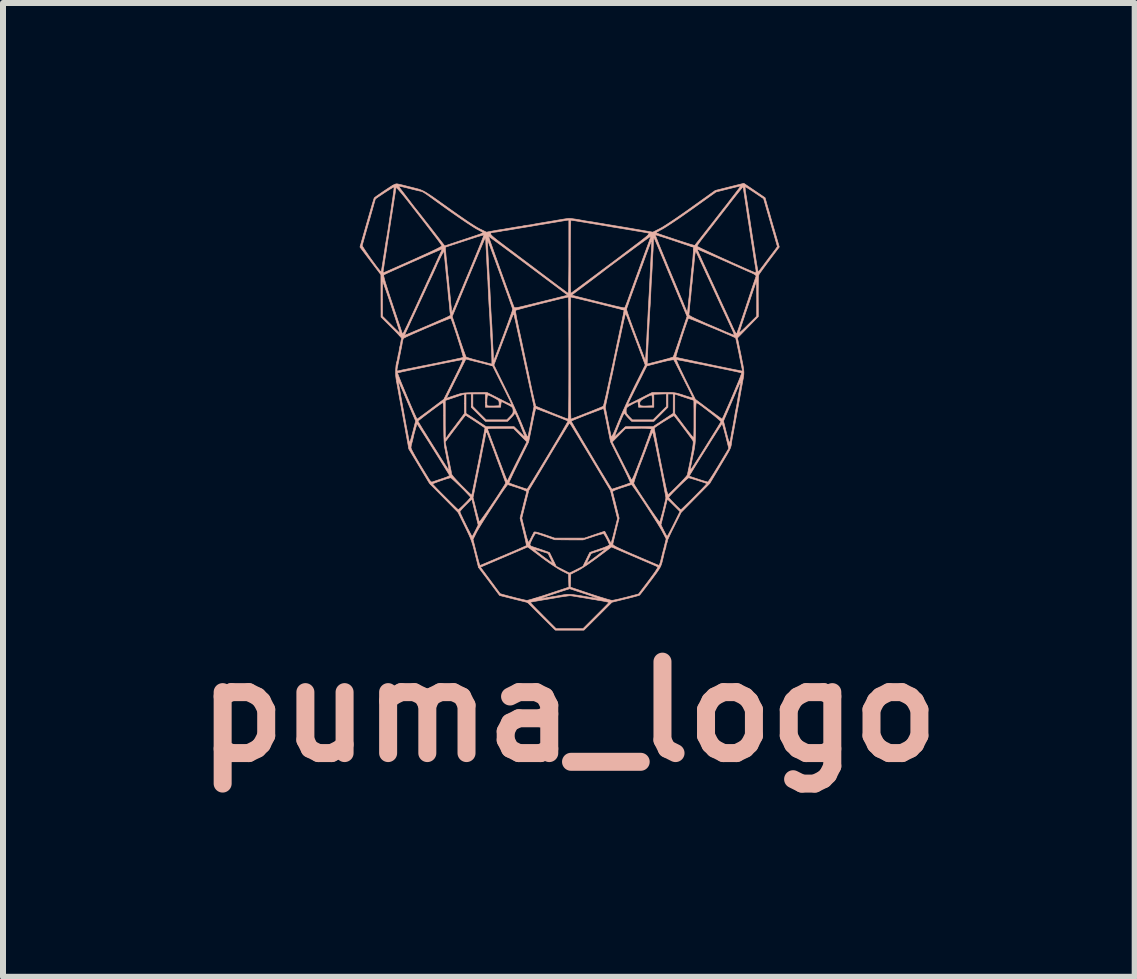
<source format=kicad_pcb>
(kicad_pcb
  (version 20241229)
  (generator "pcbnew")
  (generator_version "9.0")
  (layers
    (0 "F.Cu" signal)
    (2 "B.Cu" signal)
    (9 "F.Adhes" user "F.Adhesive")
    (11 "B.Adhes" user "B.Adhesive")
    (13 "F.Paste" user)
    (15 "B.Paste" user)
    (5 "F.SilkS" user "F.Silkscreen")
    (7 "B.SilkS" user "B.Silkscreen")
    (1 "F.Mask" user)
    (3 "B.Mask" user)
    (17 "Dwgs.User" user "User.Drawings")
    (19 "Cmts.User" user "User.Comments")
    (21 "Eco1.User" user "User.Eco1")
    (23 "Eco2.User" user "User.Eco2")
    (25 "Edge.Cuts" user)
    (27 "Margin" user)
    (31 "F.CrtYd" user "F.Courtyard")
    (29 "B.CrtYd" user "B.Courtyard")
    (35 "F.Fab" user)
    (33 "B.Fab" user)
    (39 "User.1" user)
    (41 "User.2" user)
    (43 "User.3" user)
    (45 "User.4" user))
  (footprint "puma_logo"
    (layer "F.Cu")
    (at 6.43 3.731)
    (property "Reference" "puma_logo" (at 0 5.08 0) (layer "B.SilkS") (effects (font (size 1.524 1.524) (thickness 0.3))))
    (attr through_hole)
    (fp_poly (pts (xy 3.093 -3.606) (xy 3.27 -3.486) (xy 3.324 -3.296) (xy 3.348 -3.214) (xy 3.375 -3.118) (xy 3.404 -3.018) (xy 3.432 -2.923) (xy 3.443 -2.885) (xy 3.507 -2.665) (xy 3.343 -2.447) (xy 3.294 -2.381) (xy 3.249 -2.32) (xy 3.212 -2.269) (xy 3.184 -2.23) (xy 3.169 -2.207) (xy 3.167 -2.203) (xy 3.163 -2.183) (xy 3.16 -2.142) (xy 3.158 -2.081) (xy 3.157 -2.004) (xy 3.156 -1.915) (xy 3.156 -1.841) (xy 3.158 -1.505) (xy 2.81 -1.149) (xy 2.846 -0.972) (xy 2.869 -0.863) (xy 2.886 -0.776) (xy 2.9 -0.707) (xy 2.909 -0.653) (xy 2.915 -0.609) (xy 2.917 -0.574) (xy 2.916 -0.543) (xy 2.913 -0.513) (xy 2.908 -0.481) (xy 2.902 -0.451) (xy 2.892 -0.396) (xy 2.883 -0.347) (xy 2.876 -0.313) (xy 2.875 -0.305) (xy 2.87 -0.276) (xy 2.861 -0.228) (xy 2.85 -0.164) (xy 2.836 -0.088) (xy 2.821 -0.004) (xy 2.804 0.085) (xy 2.788 0.175) (xy 2.772 0.262) (xy 2.757 0.342) (xy 2.745 0.412) (xy 2.734 0.467) (xy 2.727 0.505) (xy 2.724 0.521) (xy 2.718 0.553) (xy 2.712 0.596) (xy 2.71 0.609) (xy 2.707 0.633) (xy 2.702 0.655) (xy 2.696 0.676) (xy 2.686 0.7) (xy 2.671 0.731) (xy 2.649 0.771) (xy 2.619 0.823) (xy 2.579 0.89) (xy 2.528 0.975) (xy 2.515 0.997) (xy 2.348 1.276) (xy 1.871 1.759) (xy 1.755 1.991) (xy 1.72 2.06) (xy 1.69 2.122) (xy 1.667 2.171) (xy 1.651 2.206) (xy 1.644 2.222) (xy 1.644 2.223) (xy 1.644 2.233) (xy 1.637 2.26) (xy 1.632 2.273) (xy 1.622 2.304) (xy 1.619 2.322) (xy 1.619 2.324) (xy 1.619 2.335) (xy 1.611 2.361) (xy 1.606 2.375) (xy 1.596 2.408) (xy 1.59 2.429) (xy 1.589 2.433) (xy 1.587 2.447) (xy 1.579 2.48) (xy 1.568 2.527) (xy 1.561 2.556) (xy 1.552 2.594) (xy 1.542 2.625) (xy 1.531 2.655) (xy 1.515 2.685) (xy 1.493 2.72) (xy 1.463 2.764) (xy 1.422 2.82) (xy 1.368 2.893) (xy 1.361 2.901) (xy 1.311 2.968) (xy 1.266 3.027) (xy 1.227 3.077) (xy 1.198 3.114) (xy 1.181 3.135) (xy 1.177 3.139) (xy 1.162 3.144) (xy 1.125 3.154) (xy 1.073 3.168) (xy 1.008 3.185) (xy 0.942 3.201) (xy 0.718 3.256) (xy 0.485 3.489) (xy 0.251 3.721) (xy -0.225 3.721) (xy -0.457 3.491) (xy -0.688 3.26) (xy -0.703 3.256) (xy -0.644 3.256) (xy -0.637 3.266) (xy -0.613 3.291) (xy -0.577 3.329) (xy -0.53 3.377) (xy -0.474 3.433) (xy -0.43 3.478) (xy -0.213 3.696) (xy 0.236 3.696) (xy 0.454 3.478) (xy 0.515 3.417) (xy 0.569 3.363) (xy 0.613 3.318) (xy 0.647 3.283) (xy 0.666 3.262) (xy 0.67 3.257) (xy 0.657 3.254) (xy 0.625 3.248) (xy 0.583 3.239) (xy 0.538 3.231) (xy 0.495 3.224) (xy 0.476 3.221) (xy 0.451 3.216) (xy 0.405 3.209) (xy 0.346 3.199) (xy 0.278 3.187) (xy 0.241 3.181) (xy 0.172 3.17) (xy 0.112 3.16) (xy 0.064 3.152) (xy 0.033 3.148) (xy 0.025 3.147) (xy 0.006 3.148) (xy -0.032 3.153) (xy -0.08 3.16) (xy -0.133 3.167) (xy -0.182 3.175) (xy -0.217 3.182) (xy -0.236 3.185) (xy -0.276 3.192) (xy -0.33 3.201) (xy -0.396 3.212) (xy -0.439 3.219) (xy -0.508 3.231) (xy -0.566 3.241) (xy -0.612 3.25) (xy -0.639 3.255) (xy -0.644 3.256) (xy -0.703 3.256) (xy -1.154 3.143) (xy -1.33 2.908) (xy -1.507 2.673) (xy -1.507 2.671) (xy -1.473 2.671) (xy -1.444 2.71) (xy -1.428 2.731) (xy -1.402 2.766) (xy -1.368 2.812) (xy -1.328 2.865) (xy -1.287 2.921) (xy -1.246 2.976) (xy -1.209 3.027) (xy -1.178 3.068) (xy -1.156 3.098) (xy -1.147 3.111) (xy -1.147 3.111) (xy -1.133 3.116) (xy -1.1 3.126) (xy -1.051 3.139) (xy -0.993 3.155) (xy -0.929 3.171) (xy -0.864 3.188) (xy -0.804 3.202) (xy -0.753 3.214) (xy -0.716 3.222) (xy -0.699 3.225) (xy -0.679 3.221) (xy -0.638 3.21) (xy -0.59 3.196) (xy -0.473 3.196) (xy -0.463 3.196) (xy -0.45 3.194) (xy -0.428 3.19) (xy -0.388 3.183) (xy -0.333 3.173) (xy -0.27 3.163) (xy -0.26 3.161) (xy -0.196 3.151) (xy -0.14 3.141) (xy -0.096 3.133) (xy -0.072 3.129) (xy -0.07 3.129) (xy -0.033 3.124) (xy 0.016 3.125) (xy 0.08 3.13) (xy 0.162 3.141) (xy 0.265 3.158) (xy 0.279 3.161) (xy 0.349 3.173) (xy 0.409 3.182) (xy 0.456 3.19) (xy 0.485 3.193) (xy 0.493 3.194) (xy 0.483 3.189) (xy 0.452 3.177) (xy 0.404 3.16) (xy 0.343 3.139) (xy 0.271 3.115) (xy 0.255 3.11) (xy 0.013 3.03) (xy -0.219 3.105) (xy -0.306 3.134) (xy -0.376 3.158) (xy -0.428 3.176) (xy -0.461 3.189) (xy -0.473 3.196) (xy -0.59 3.196) (xy -0.58 3.193) (xy -0.509 3.171) (xy -0.427 3.146) (xy -0.339 3.117) (xy -0.333 3.115) (xy 0.001 3.004) (xy 0.025 3.004) (xy 0.352 3.114) (xy 0.44 3.143) (xy 0.522 3.169) (xy 0.595 3.191) (xy 0.654 3.209) (xy 0.696 3.22) (xy 0.718 3.224) (xy 0.743 3.221) (xy 0.787 3.212) (xy 0.846 3.199) (xy 0.914 3.182) (xy 0.959 3.171) (xy 1.162 3.118) (xy 1.33 2.896) (xy 1.39 2.815) (xy 1.436 2.751) (xy 1.466 2.704) (xy 1.482 2.675) (xy 1.482 2.666) (xy 1.467 2.659) (xy 1.432 2.643) (xy 1.379 2.62) (xy 1.311 2.591) (xy 1.231 2.557) (xy 1.143 2.519) (xy 1.089 2.496) (xy 0.711 2.334) (xy 0.486 2.503) (xy 0.403 2.563) (xy 0.323 2.62) (xy 0.249 2.669) (xy 0.186 2.708) (xy 0.146 2.73) (xy 0.032 2.788) (xy 0.025 3.004) (xy 0.001 3.004) (xy 0.001 3.004) (xy -0.003 2.896) (xy -0.006 2.788) (xy -0.121 2.73) (xy -0.17 2.702) (xy -0.235 2.661) (xy -0.31 2.611) (xy -0.391 2.554) (xy -0.46 2.503) (xy -0.621 2.382) (xy -0.569 2.382) (xy -0.551 2.398) (xy -0.518 2.424) (xy -0.476 2.457) (xy -0.429 2.493) (xy -0.382 2.528) (xy -0.338 2.56) (xy -0.303 2.585) (xy -0.281 2.6) (xy -0.276 2.603) (xy -0.277 2.593) (xy -0.287 2.566) (xy -0.304 2.528) (xy -0.307 2.523) (xy -0.346 2.442) (xy -0.466 2.404) (xy -0.515 2.389) (xy -0.55 2.381) (xy -0.569 2.379) (xy -0.569 2.382) (xy -0.621 2.382) (xy -0.685 2.334) (xy -1.473 2.671) (xy -1.507 2.671) (xy -1.562 2.451) (xy -1.582 2.371) (xy -1.6 2.306) (xy -1.618 2.249) (xy -1.633 2.208) (xy -1.597 2.208) (xy -1.555 2.377) (xy -1.532 2.467) (xy -1.514 2.535) (xy -1.501 2.583) (xy -1.492 2.615) (xy -1.485 2.634) (xy -1.48 2.641) (xy -1.479 2.642) (xy -1.466 2.637) (xy -1.433 2.623) (xy -1.382 2.602) (xy -1.316 2.574) (xy -1.238 2.541) (xy -1.151 2.504) (xy -1.095 2.481) (xy -1.004 2.442) (xy -0.919 2.406) (xy -0.845 2.374) (xy -0.785 2.347) (xy -0.74 2.327) (xy -0.714 2.315) (xy -0.709 2.313) (xy -0.709 2.298) (xy -0.711 2.288) (xy -0.648 2.288) (xy -0.645 2.308) (xy -0.625 2.323) (xy -0.587 2.336) (xy -0.565 2.343) (xy -0.52 2.358) (xy -0.463 2.377) (xy -0.412 2.395) (xy -0.322 2.427) (xy -0.266 2.542) (xy -0.21 2.657) (xy -0.102 2.712) (xy -0.055 2.736) (xy -0.018 2.755) (xy 0.005 2.766) (xy 0.01 2.768) (xy 0.022 2.763) (xy 0.051 2.749) (xy 0.094 2.728) (xy 0.124 2.713) (xy 0.235 2.657) (xy 0.258 2.61) (xy 0.292 2.61) (xy 0.302 2.605) (xy 0.328 2.586) (xy 0.368 2.557) (xy 0.418 2.52) (xy 0.456 2.492) (xy 0.51 2.45) (xy 0.557 2.414) (xy 0.592 2.387) (xy 0.613 2.37) (xy 0.617 2.366) (xy 0.605 2.368) (xy 0.573 2.377) (xy 0.529 2.391) (xy 0.493 2.403) (xy 0.372 2.443) (xy 0.332 2.523) (xy 0.312 2.564) (xy 0.298 2.595) (xy 0.292 2.609) (xy 0.292 2.61) (xy 0.258 2.61) (xy 0.292 2.541) (xy 0.315 2.493) (xy 0.334 2.455) (xy 0.346 2.431) (xy 0.349 2.425) (xy 0.36 2.422) (xy 0.391 2.411) (xy 0.438 2.395) (xy 0.495 2.376) (xy 0.514 2.369) (xy 0.591 2.342) (xy 0.643 2.32) (xy 0.671 2.304) (xy 0.676 2.296) (xy 0.667 2.271) (xy 0.65 2.234) (xy 0.629 2.193) (xy 0.608 2.155) (xy 0.59 2.126) (xy 0.579 2.113) (xy 0.562 2.115) (xy 0.527 2.124) (xy 0.477 2.138) (xy 0.417 2.157) (xy 0.4 2.163) (xy 0.235 2.217) (xy 0 2.216) (xy -0.235 2.214) (xy -0.387 2.161) (xy -0.445 2.141) (xy -0.496 2.124) (xy -0.533 2.113) (xy -0.552 2.108) (xy -0.552 2.108) (xy -0.564 2.119) (xy -0.582 2.147) (xy -0.605 2.188) (xy -0.613 2.206) (xy -0.637 2.256) (xy -0.648 2.288) (xy -0.711 2.288) (xy -0.715 2.264) (xy -0.726 2.212) (xy -0.74 2.149) (xy -0.757 2.079) (xy -0.813 1.853) (xy -0.813 1.853) (xy -0.784 1.853) (xy -0.732 2.062) (xy -0.712 2.141) (xy -0.695 2.201) (xy -0.681 2.24) (xy -0.672 2.257) (xy -0.669 2.257) (xy -0.658 2.238) (xy -0.64 2.204) (xy -0.624 2.172) (xy -0.604 2.132) (xy -0.588 2.101) (xy -0.581 2.087) (xy -0.569 2.083) (xy -0.54 2.087) (xy -0.494 2.1) (xy -0.427 2.121) (xy -0.403 2.129) (xy -0.235 2.187) (xy 0.013 2.187) (xy 0.26 2.187) (xy 0.429 2.129) (xy 0.597 2.072) (xy 0.618 2.112) (xy 0.637 2.148) (xy 0.66 2.193) (xy 0.671 2.214) (xy 0.688 2.247) (xy 0.701 2.267) (xy 0.705 2.271) (xy 0.709 2.258) (xy 0.718 2.224) (xy 0.732 2.175) (xy 0.748 2.113) (xy 0.76 2.064) (xy 0.811 1.861) (xy 0.7 1.42) (xy 0.729 1.42) (xy 0.734 1.439) (xy 0.744 1.478) (xy 0.758 1.533) (xy 0.775 1.598) (xy 0.787 1.648) (xy 0.838 1.854) (xy 0.787 2.057) (xy 0.77 2.128) (xy 0.755 2.19) (xy 0.743 2.241) (xy 0.735 2.275) (xy 0.733 2.286) (xy 0.735 2.295) (xy 0.743 2.304) (xy 0.761 2.316) (xy 0.789 2.332) (xy 0.832 2.353) (xy 0.889 2.379) (xy 0.965 2.413) (xy 1.061 2.455) (xy 1.111 2.476) (xy 1.203 2.516) (xy 1.288 2.552) (xy 1.362 2.584) (xy 1.424 2.61) (xy 1.469 2.629) (xy 1.495 2.639) (xy 1.501 2.641) (xy 1.51 2.63) (xy 1.52 2.603) (xy 1.523 2.594) (xy 1.531 2.564) (xy 1.543 2.516) (xy 1.558 2.455) (xy 1.575 2.388) (xy 1.579 2.373) (xy 1.622 2.2) (xy 1.557 2.075) (xy 1.537 2.039) (xy 1.506 1.988) (xy 1.492 1.965) (xy 1.535 1.965) (xy 1.583 2.062) (xy 1.606 2.106) (xy 1.624 2.139) (xy 1.636 2.157) (xy 1.638 2.159) (xy 1.646 2.148) (xy 1.663 2.118) (xy 1.687 2.073) (xy 1.717 2.015) (xy 1.749 1.951) (xy 1.852 1.744) (xy 1.747 1.639) (xy 1.642 1.535) (xy 1.535 1.965) (xy 1.492 1.965) (xy 1.468 1.926) (xy 1.423 1.855) (xy 1.374 1.778) (xy 1.322 1.698) (xy 1.27 1.618) (xy 1.219 1.541) (xy 1.171 1.47) (xy 1.128 1.407) (xy 1.092 1.355) (xy 1.065 1.318) (xy 1.048 1.298) (xy 1.044 1.295) (xy 1.03 1.299) (xy 0.995 1.31) (xy 0.947 1.325) (xy 0.889 1.344) (xy 0.879 1.347) (xy 0.813 1.37) (xy 0.769 1.387) (xy 0.742 1.4) (xy 0.73 1.411) (xy 0.729 1.42) (xy 0.7 1.42) (xy 0.692 1.391) (xy 0.356 0.829) (xy 0.291 0.721) (xy 0.229 0.619) (xy 0.173 0.526) (xy 0.124 0.445) (xy 0.082 0.376) (xy 0.049 0.322) (xy 0.026 0.286) (xy 0.014 0.268) (xy 0.013 0.267) (xy 0.005 0.278) (xy -0.014 0.308) (xy -0.044 0.356) (xy -0.083 0.42) (xy -0.13 0.497) (xy -0.184 0.586) (xy -0.244 0.685) (xy -0.308 0.791) (xy -0.33 0.829) (xy -0.667 1.39) (xy -0.726 1.621) (xy -0.784 1.853) (xy -0.813 1.853) (xy -0.761 1.647) (xy -0.744 1.577) (xy -0.728 1.515) (xy -0.715 1.465) (xy -0.707 1.431) (xy -0.704 1.42) (xy -0.705 1.41) (xy -0.719 1.399) (xy -0.747 1.386) (xy -0.793 1.368) (xy -0.854 1.347) (xy -0.913 1.328) (xy -0.963 1.312) (xy -1 1.3) (xy -1.018 1.295) (xy -1.019 1.295) (xy -1.029 1.306) (xy -1.051 1.335) (xy -1.083 1.379) (xy -1.123 1.437) (xy -1.168 1.505) (xy -1.218 1.58) (xy -1.27 1.659) (xy -1.323 1.74) (xy -1.374 1.82) (xy -1.422 1.895) (xy -1.464 1.963) (xy -1.499 2.021) (xy -1.526 2.067) (xy -1.539 2.091) (xy -1.597 2.208) (xy -1.633 2.208) (xy -1.638 2.194) (xy -1.664 2.134) (xy -1.697 2.064) (xy -1.731 1.994) (xy -1.846 1.759) (xy -1.858 1.746) (xy -1.816 1.746) (xy -1.811 1.761) (xy -1.797 1.794) (xy -1.775 1.84) (xy -1.749 1.895) (xy -1.72 1.954) (xy -1.691 2.013) (xy -1.663 2.067) (xy -1.64 2.113) (xy -1.622 2.145) (xy -1.613 2.159) (xy -1.613 2.159) (xy -1.604 2.148) (xy -1.588 2.12) (xy -1.567 2.08) (xy -1.558 2.063) (xy -1.511 1.968) (xy -1.617 1.535) (xy -1.717 1.634) (xy -1.757 1.675) (xy -1.789 1.71) (xy -1.81 1.736) (xy -1.816 1.746) (xy -1.858 1.746) (xy -2.313 1.285) (xy -2.27 1.285) (xy -2.261 1.297) (xy -2.236 1.323) (xy -2.2 1.361) (xy -2.155 1.407) (xy -2.104 1.458) (xy -2.05 1.512) (xy -1.997 1.565) (xy -1.947 1.615) (xy -1.904 1.657) (xy -1.87 1.69) (xy -1.848 1.71) (xy -1.842 1.714) (xy -1.831 1.706) (xy -1.806 1.683) (xy -1.771 1.65) (xy -1.737 1.616) (xy -1.697 1.576) (xy -1.665 1.541) (xy -1.644 1.517) (xy -1.641 1.511) (xy -1.597 1.511) (xy -1.548 1.705) (xy -1.531 1.772) (xy -1.515 1.832) (xy -1.503 1.879) (xy -1.495 1.908) (xy -1.492 1.915) (xy -1.484 1.909) (xy -1.465 1.884) (xy -1.435 1.844) (xy -1.398 1.792) (xy -1.355 1.731) (xy -1.309 1.664) (xy -1.261 1.593) (xy -1.213 1.522) (xy -1.169 1.455) (xy -1.129 1.393) (xy -1.095 1.34) (xy -1.07 1.3) (xy -1.056 1.274) (xy -1.054 1.268) (xy -1.054 1.266) (xy -0.998 1.266) (xy -0.985 1.272) (xy -0.953 1.284) (xy -0.909 1.3) (xy -0.858 1.318) (xy -0.805 1.336) (xy -0.757 1.352) (xy -0.72 1.364) (xy -0.698 1.37) (xy -0.696 1.371) (xy -0.688 1.36) (xy -0.668 1.33) (xy -0.638 1.282) (xy -0.598 1.218) (xy -0.551 1.141) (xy -0.497 1.052) (xy -0.437 0.953) (xy -0.373 0.847) (xy -0.348 0.806) (xy -0.283 0.697) (xy -0.222 0.595) (xy -0.167 0.502) (xy -0.118 0.42) (xy -0.078 0.35) (xy -0.046 0.295) (xy -0.025 0.257) (xy -0.015 0.238) (xy -0.014 0.237) (xy -0.014 0.237) (xy 0.04 0.237) (xy 0.045 0.248) (xy 0.062 0.278) (xy 0.089 0.325) (xy 0.125 0.387) (xy 0.169 0.46) (xy 0.217 0.543) (xy 0.271 0.633) (xy 0.327 0.727) (xy 0.384 0.823) (xy 0.441 0.919) (xy 0.497 1.012) (xy 0.549 1.099) (xy 0.597 1.178) (xy 0.639 1.247) (xy 0.673 1.303) (xy 0.699 1.344) (xy 0.713 1.367) (xy 0.717 1.372) (xy 0.73 1.368) (xy 0.762 1.357) (xy 0.808 1.342) (xy 0.865 1.323) (xy 0.87 1.321) (xy 0.928 1.302) (xy 0.976 1.284) (xy 1.001 1.275) (xy 1.082 1.275) (xy 1.09 1.292) (xy 1.11 1.325) (xy 1.14 1.372) (xy 1.177 1.43) (xy 1.22 1.496) (xy 1.267 1.566) (xy 1.314 1.637) (xy 1.361 1.707) (xy 1.405 1.771) (xy 1.445 1.828) (xy 1.477 1.873) (xy 1.5 1.905) (xy 1.512 1.919) (xy 1.514 1.919) (xy 1.52 1.905) (xy 1.53 1.87) (xy 1.544 1.82) (xy 1.561 1.758) (xy 1.569 1.727) (xy 1.585 1.661) (xy 1.599 1.601) (xy 1.61 1.554) (xy 1.616 1.524) (xy 1.617 1.518) (xy 1.616 1.508) (xy 1.664 1.508) (xy 1.672 1.52) (xy 1.694 1.545) (xy 1.726 1.579) (xy 1.762 1.616) (xy 1.799 1.653) (xy 1.832 1.685) (xy 1.856 1.707) (xy 1.867 1.714) (xy 1.877 1.706) (xy 1.903 1.682) (xy 1.942 1.644) (xy 1.991 1.597) (xy 2.047 1.541) (xy 2.089 1.499) (xy 2.148 1.439) (xy 2.201 1.385) (xy 2.245 1.339) (xy 2.277 1.305) (xy 2.295 1.284) (xy 2.298 1.279) (xy 2.284 1.272) (xy 2.251 1.26) (xy 2.205 1.245) (xy 2.153 1.228) (xy 2.1 1.211) (xy 2.053 1.197) (xy 2.016 1.186) (xy 1.997 1.181) (xy 1.996 1.181) (xy 1.983 1.19) (xy 1.956 1.213) (xy 1.919 1.247) (xy 1.874 1.29) (xy 1.827 1.336) (xy 1.78 1.383) (xy 1.736 1.427) (xy 1.7 1.465) (xy 1.675 1.493) (xy 1.664 1.507) (xy 1.664 1.508) (xy 1.616 1.508) (xy 1.615 1.5) (xy 1.609 1.461) (xy 1.598 1.405) (xy 1.585 1.333) (xy 1.569 1.249) (xy 1.551 1.157) (xy 1.532 1.058) (xy 1.511 0.957) (xy 1.491 0.856) (xy 1.471 0.759) (xy 1.453 0.668) (xy 1.436 0.587) (xy 1.421 0.519) (xy 1.409 0.466) (xy 1.401 0.431) (xy 1.397 0.419) (xy 1.397 0.419) (xy 1.391 0.43) (xy 1.377 0.462) (xy 1.358 0.509) (xy 1.336 0.569) (xy 1.317 0.619) (xy 1.291 0.689) (xy 1.267 0.755) (xy 1.246 0.809) (xy 1.231 0.849) (xy 1.226 0.864) (xy 1.2 0.929) (xy 1.173 0.999) (xy 1.147 1.07) (xy 1.124 1.136) (xy 1.104 1.194) (xy 1.09 1.24) (xy 1.082 1.268) (xy 1.082 1.275) (xy 1.001 1.275) (xy 1.01 1.271) (xy 1.026 1.264) (xy 1.026 1.264) (xy 1.022 1.252) (xy 1.008 1.219) (xy 0.986 1.17) (xy 0.956 1.106) (xy 0.919 1.031) (xy 0.878 0.948) (xy 0.863 0.919) (xy 0.696 0.585) (xy 0.723 0.585) (xy 0.878 0.892) (xy 0.919 0.974) (xy 0.957 1.049) (xy 0.991 1.114) (xy 1.017 1.166) (xy 1.036 1.201) (xy 1.045 1.216) (xy 1.045 1.216) (xy 1.052 1.213) (xy 1.064 1.191) (xy 1.083 1.151) (xy 1.108 1.09) (xy 1.14 1.009) (xy 1.18 0.905) (xy 1.219 0.804) (xy 1.256 0.705) (xy 1.289 0.613) (xy 1.319 0.532) (xy 1.343 0.464) (xy 1.361 0.412) (xy 1.372 0.377) (xy 1.375 0.364) (xy 1.361 0.361) (xy 1.326 0.359) (xy 1.274 0.357) (xy 1.21 0.356) (xy 1.158 0.357) (xy 0.946 0.359) (xy 0.835 0.472) (xy 0.723 0.585) (xy 0.696 0.585) (xy 0.694 0.58) (xy 0.639 0.307) (xy 0.623 0.227) (xy 0.608 0.156) (xy 0.595 0.097) (xy 0.586 0.054) (xy 0.58 0.031) (xy 0.578 0.028) (xy 0.566 0.031) (xy 0.534 0.042) (xy 0.487 0.06) (xy 0.428 0.082) (xy 0.362 0.107) (xy 0.293 0.133) (xy 0.225 0.16) (xy 0.162 0.185) (xy 0.108 0.207) (xy 0.067 0.224) (xy 0.043 0.234) (xy 0.04 0.237) (xy -0.014 0.237) (xy -0.029 0.229) (xy -0.063 0.215) (xy -0.112 0.195) (xy -0.172 0.171) (xy -0.239 0.145) (xy -0.308 0.118) (xy -0.375 0.092) (xy -0.438 0.069) (xy -0.49 0.049) (xy -0.529 0.035) (xy -0.55 0.028) (xy -0.553 0.028) (xy -0.557 0.042) (xy -0.565 0.077) (xy -0.577 0.129) (xy -0.591 0.196) (xy -0.607 0.273) (xy -0.614 0.31) (xy -0.67 0.585) (xy -0.837 0.922) (xy -0.879 1.008) (xy -0.917 1.085) (xy -0.949 1.153) (xy -0.974 1.207) (xy -0.991 1.245) (xy -0.998 1.265) (xy -0.998 1.266) (xy -1.054 1.266) (xy -1.058 1.253) (xy -1.07 1.219) (xy -1.089 1.167) (xy -1.112 1.102) (xy -1.14 1.026) (xy -1.171 0.942) (xy -1.203 0.856) (xy -1.235 0.768) (xy -1.266 0.684) (xy -1.296 0.606) (xy -1.322 0.537) (xy -1.343 0.481) (xy -1.358 0.442) (xy -1.367 0.422) (xy -1.367 0.42) (xy -1.377 0.421) (xy -1.386 0.446) (xy -1.391 0.477) (xy -1.398 0.516) (xy -1.408 0.568) (xy -1.418 0.616) (xy -1.429 0.667) (xy -1.438 0.713) (xy -1.444 0.743) (xy -1.448 0.765) (xy -1.456 0.808) (xy -1.468 0.869) (xy -1.483 0.945) (xy -1.501 1.031) (xy -1.519 1.125) (xy -1.524 1.146) (xy -1.597 1.511) (xy -1.641 1.511) (xy -1.638 1.507) (xy -1.647 1.494) (xy -1.671 1.468) (xy -1.706 1.431) (xy -1.748 1.387) (xy -1.795 1.34) (xy -1.843 1.294) (xy -1.888 1.251) (xy -1.926 1.216) (xy -1.954 1.191) (xy -1.968 1.181) (xy -1.969 1.181) (xy -1.989 1.185) (xy -2.026 1.195) (xy -2.073 1.21) (xy -2.124 1.227) (xy -2.175 1.245) (xy -2.22 1.262) (xy -2.254 1.275) (xy -2.27 1.284) (xy -2.27 1.285) (xy -2.313 1.285) (xy -2.322 1.276) (xy -2.495 0.988) (xy -2.668 0.7) (xy -2.671 0.68) (xy -2.631 0.68) (xy -2.625 0.7) (xy -2.606 0.74) (xy -2.574 0.799) (xy -2.529 0.878) (xy -2.472 0.974) (xy -2.403 1.087) (xy -2.327 1.211) (xy -2.304 1.242) (xy -2.285 1.253) (xy -2.276 1.251) (xy -2.255 1.244) (xy -2.217 1.231) (xy -2.166 1.214) (xy -2.118 1.198) (xy -2.051 1.175) (xy -2.008 1.157) (xy -1.99 1.143) (xy -1.99 1.139) (xy -2.011 1.103) (xy -2.042 1.053) (xy -2.081 0.99) (xy -2.126 0.918) (xy -2.175 0.839) (xy -2.227 0.756) (xy -2.28 0.672) (xy -2.332 0.589) (xy -2.382 0.511) (xy -2.427 0.44) (xy -2.466 0.38) (xy -2.496 0.332) (xy -2.518 0.3) (xy -2.527 0.286) (xy -2.528 0.285) (xy -2.539 0.287) (xy -2.54 0.291) (xy -2.54 0.306) (xy -2.543 0.322) (xy -2.551 0.348) (xy -2.554 0.359) (xy -2.582 0.46) (xy -2.598 0.533) (xy -2.607 0.569) (xy -2.613 0.591) (xy -2.627 0.646) (xy -2.631 0.68) (xy -2.671 0.68) (xy -2.692 0.563) (xy -2.703 0.503) (xy -2.713 0.45) (xy -2.72 0.411) (xy -2.723 0.394) (xy -2.727 0.369) (xy -2.735 0.323) (xy -2.747 0.26) (xy -2.761 0.184) (xy -2.776 0.099) (xy -2.793 0.007) (xy -2.81 -0.086) (xy -2.827 -0.177) (xy -2.842 -0.262) (xy -2.856 -0.337) (xy -2.867 -0.398) (xy -2.87 -0.414) (xy -2.841 -0.414) (xy -2.837 -0.383) (xy -2.832 -0.354) (xy -2.823 -0.308) (xy -2.815 -0.265) (xy -2.812 -0.248) (xy -2.804 -0.198) (xy -2.792 -0.133) (xy -2.778 -0.056) (xy -2.762 0.03) (xy -2.746 0.12) (xy -2.729 0.212) (xy -2.713 0.301) (xy -2.697 0.384) (xy -2.683 0.457) (xy -2.672 0.517) (xy -2.664 0.56) (xy -2.659 0.583) (xy -2.659 0.584) (xy -2.654 0.59) (xy -2.647 0.579) (xy -2.636 0.548) (xy -2.621 0.496) (xy -2.602 0.425) (xy -2.554 0.237) (xy -2.515 0.237) (xy -2.508 0.249) (xy -2.49 0.28) (xy -2.462 0.326) (xy -2.426 0.385) (xy -2.383 0.453) (xy -2.336 0.529) (xy -2.286 0.609) (xy -2.235 0.69) (xy -2.184 0.77) (xy -2.137 0.846) (xy -2.093 0.915) (xy -2.056 0.973) (xy -2.026 1.019) (xy -2.006 1.05) (xy -1.997 1.061) (xy -1.997 1.062) (xy -1.998 1.048) (xy -2.003 1.016) (xy -2.011 0.969) (xy -2.018 0.932) (xy -2.03 0.875) (xy -2.04 0.824) (xy -2.047 0.787) (xy -2.049 0.775) (xy -2.055 0.745) (xy -2.064 0.701) (xy -2.071 0.667) (xy -2.076 0.627) (xy -2.079 0.584) (xy -2.061 0.584) (xy -2.014 0.816) (xy -1.999 0.89) (xy -1.985 0.957) (xy -1.974 1.012) (xy -1.966 1.05) (xy -1.962 1.067) (xy -1.958 1.095) (xy -1.957 1.113) (xy -1.947 1.133) (xy -1.92 1.168) (xy -1.877 1.216) (xy -1.819 1.277) (xy -1.79 1.308) (xy -1.737 1.36) (xy -1.691 1.406) (xy -1.654 1.441) (xy -1.629 1.464) (xy -1.619 1.471) (xy -1.619 1.471) (xy -1.616 1.458) (xy -1.608 1.423) (xy -1.597 1.368) (xy -1.582 1.295) (xy -1.564 1.208) (xy -1.544 1.108) (xy -1.522 0.999) (xy -1.504 0.911) (xy -1.482 0.796) (xy -1.46 0.688) (xy -1.442 0.592) (xy -1.426 0.508) (xy -1.413 0.439) (xy -1.404 0.389) (xy -1.402 0.376) (xy -1.354 0.376) (xy -1.353 0.378) (xy -1.347 0.394) (xy -1.333 0.431) (xy -1.312 0.486) (xy -1.286 0.557) (xy -1.255 0.639) (xy -1.221 0.73) (xy -1.193 0.804) (xy -1.15 0.918) (xy -1.115 1.011) (xy -1.088 1.083) (xy -1.066 1.139) (xy -1.05 1.179) (xy -1.039 1.206) (xy -1.031 1.222) (xy -1.026 1.229) (xy -1.022 1.229) (xy -1.02 1.225) (xy -1.02 1.223) (xy -1.013 1.209) (xy -0.996 1.175) (xy -0.971 1.124) (xy -0.939 1.06) (xy -0.902 0.985) (xy -0.861 0.903) (xy -0.857 0.896) (xy -0.7 0.582) (xy -0.811 0.471) (xy -0.922 0.359) (xy -1.141 0.358) (xy -1.221 0.359) (xy -1.279 0.359) (xy -1.318 0.361) (xy -1.341 0.364) (xy -1.352 0.369) (xy -1.354 0.376) (xy -1.402 0.376) (xy -1.399 0.358) (xy -1.398 0.351) (xy -1.414 0.34) (xy -1.445 0.319) (xy -1.487 0.29) (xy -1.536 0.258) (xy -1.586 0.225) (xy -1.635 0.193) (xy -1.676 0.167) (xy -1.706 0.148) (xy -1.72 0.14) (xy -1.72 0.14) (xy -1.73 0.149) (xy -1.752 0.177) (xy -1.784 0.218) (xy -1.825 0.272) (xy -1.872 0.334) (xy -1.894 0.362) (xy -2.061 0.584) (xy -2.079 0.584) (xy -2.08 0.564) (xy -2.083 0.481) (xy -2.085 0.38) (xy -2.086 0.265) (xy -2.086 0.257) (xy -2.087 0.154) (xy -2.087 0.073) (xy -2.089 0.014) (xy -2.091 -0.028) (xy -2.094 -0.054) (xy -2.098 -0.068) (xy -2.103 -0.071) (xy -2.104 -0.071) (xy -2.119 -0.062) (xy -2.149 -0.04) (xy -2.192 -0.009) (xy -2.243 0.028) (xy -2.298 0.069) (xy -2.354 0.111) (xy -2.407 0.151) (xy -2.453 0.187) (xy -2.489 0.215) (xy -2.51 0.232) (xy -2.515 0.237) (xy -2.554 0.237) (xy -2.553 0.235) (xy -2.695 -0.098) (xy -2.731 -0.183) (xy -2.765 -0.26) (xy -2.794 -0.326) (xy -2.817 -0.378) (xy -2.833 -0.412) (xy -2.84 -0.427) (xy -2.841 -0.427) (xy -2.841 -0.414) (xy -2.87 -0.414) (xy -2.875 -0.442) (xy -2.879 -0.464) (xy -2.885 -0.514) (xy -2.887 -0.566) (xy -2.854 -0.566) (xy -2.851 -0.554) (xy -2.839 -0.521) (xy -2.82 -0.472) (xy -2.795 -0.409) (xy -2.765 -0.337) (xy -2.732 -0.258) (xy -2.698 -0.176) (xy -2.663 -0.094) (xy -2.63 -0.016) (xy -2.599 0.055) (xy -2.572 0.116) (xy -2.55 0.163) (xy -2.536 0.193) (xy -2.529 0.203) (xy -2.518 0.196) (xy -2.489 0.176) (xy -2.446 0.144) (xy -2.392 0.104) (xy -2.329 0.058) (xy -2.303 0.038) (xy -2.11 -0.107) (xy -2.06 -0.107) (xy -2.06 0.14) (xy -2.06 0.223) (xy -2.06 0.302) (xy -2.059 0.372) (xy -2.059 0.428) (xy -2.059 0.462) (xy -2.057 0.538) (xy -2.004 0.462) (xy -1.975 0.422) (xy -1.95 0.389) (xy -1.935 0.369) (xy -1.934 0.368) (xy -1.921 0.351) (xy -1.895 0.318) (xy -1.863 0.274) (xy -1.829 0.23) (xy -1.74 0.11) (xy -1.74 -0.214) (xy -1.9 -0.16) (xy -2.06 -0.107) (xy -2.11 -0.107) (xy -2.083 -0.127) (xy -2.075 -0.143) (xy -2.042 -0.143) (xy -1.907 -0.189) (xy -1.855 -0.206) (xy -1.822 -0.216) (xy -1.714 -0.216) (xy -1.714 -0.054) (xy -1.714 0.108) (xy -1.545 0.219) (xy -1.377 0.33) (xy -0.912 0.33) (xy -0.821 0.419) (xy -0.783 0.456) (xy -0.752 0.486) (xy -0.733 0.504) (xy -0.728 0.508) (xy -0.732 0.497) (xy -0.744 0.466) (xy -0.762 0.419) (xy -0.786 0.359) (xy -0.81 0.297) (xy -0.838 0.231) (xy -0.862 0.175) (xy -0.881 0.133) (xy -0.894 0.108) (xy -0.9 0.104) (xy -0.911 0.121) (xy -0.934 0.15) (xy -0.963 0.181) (xy -1.021 0.241) (xy -1.39 0.241) (xy -1.508 0.124) (xy -1.626 0.007) (xy -1.626 -0.216) (xy -1.6 -0.216) (xy -1.6 -0.007) (xy -1.489 0.105) (xy -1.378 0.216) (xy -1.034 0.216) (xy -0.98 0.161) (xy -0.949 0.127) (xy -0.933 0.102) (xy -0.929 0.076) (xy -0.929 0.056) (xy -0.933 0.03) (xy -0.941 0.012) (xy -0.96 -0.005) (xy -0.993 -0.025) (xy -1.022 -0.04) (xy -1.065 -0.062) (xy -1.099 -0.079) (xy -1.118 -0.087) (xy -1.12 -0.088) (xy -1.127 -0.077) (xy -1.132 -0.05) (xy -1.133 -0.041) (xy -1.137 0.006) (xy -1.391 0.006) (xy -1.391 -0.074) (xy -1.367 -0.074) (xy -1.366 -0.04) (xy -1.362 -0.022) (xy -1.348 -0.017) (xy -1.315 -0.015) (xy -1.269 -0.015) (xy -1.259 -0.015) (xy -1.162 -0.019) (xy -1.162 -0.064) (xy -1.164 -0.087) (xy -1.171 -0.104) (xy -1.189 -0.12) (xy -1.223 -0.14) (xy -1.251 -0.155) (xy -1.294 -0.177) (xy -1.33 -0.192) (xy -1.35 -0.199) (xy -1.353 -0.199) (xy -1.358 -0.185) (xy -1.363 -0.155) (xy -1.366 -0.115) (xy -1.367 -0.074) (xy -1.391 -0.074) (xy -1.391 -0.216) (xy -1.495 -0.216) (xy -1.6 -0.216) (xy -1.626 -0.216) (xy -1.714 -0.216) (xy -1.822 -0.216) (xy -1.813 -0.219) (xy -1.774 -0.227) (xy -1.733 -0.232) (xy -1.683 -0.235) (xy -1.617 -0.237) (xy -1.568 -0.238) (xy -1.365 -0.241) (xy -1.168 -0.141) (xy -1.104 -0.108) (xy -1.047 -0.079) (xy -1.002 -0.057) (xy -0.972 -0.043) (xy -0.962 -0.039) (xy -0.959 -0.048) (xy -0.964 -0.067) (xy -0.973 -0.086) (xy -0.991 -0.124) (xy -1.018 -0.178) (xy -1.05 -0.244) (xy -1.088 -0.32) (xy -1.123 -0.389) (xy -1.27 -0.683) (xy -1.323 -0.697) (xy -1.249 -0.697) (xy -1.057 -0.307) (xy -1.006 -0.203) (xy -0.954 -0.094) (xy -0.905 0.013) (xy -0.859 0.114) (xy -0.819 0.204) (xy -0.788 0.278) (xy -0.778 0.301) (xy -0.751 0.369) (xy -0.726 0.426) (xy -0.706 0.47) (xy -0.691 0.497) (xy -0.684 0.504) (xy -0.684 0.504) (xy -0.68 0.487) (xy -0.671 0.45) (xy -0.66 0.395) (xy -0.646 0.328) (xy -0.631 0.252) (xy -0.629 0.241) (xy -0.581 -0.006) (xy -0.748 -0.78) (xy -0.777 -0.916) (xy -0.805 -1.045) (xy -0.831 -1.164) (xy -0.855 -1.272) (xy -0.875 -1.365) (xy -0.892 -1.443) (xy -0.906 -1.502) (xy -0.915 -1.541) (xy -0.919 -1.558) (xy -0.919 -1.558) (xy -0.924 -1.548) (xy -0.938 -1.516) (xy -0.958 -1.466) (xy -0.983 -1.4) (xy -1.014 -1.32) (xy -1.048 -1.23) (xy -1.085 -1.131) (xy -1.086 -1.13) (xy -1.249 -0.697) (xy -1.323 -0.697) (xy -1.324 -0.697) (xy -1.357 -0.705) (xy -1.407 -0.719) (xy -1.47 -0.735) (xy -1.537 -0.752) (xy -1.547 -0.754) (xy -1.716 -0.797) (xy -1.781 -0.668) (xy -1.809 -0.611) (xy -1.846 -0.538) (xy -1.886 -0.458) (xy -1.926 -0.378) (xy -1.944 -0.341) (xy -2.042 -0.143) (xy -2.075 -0.143) (xy -1.918 -0.457) (xy -1.868 -0.558) (xy -1.827 -0.642) (xy -1.797 -0.708) (xy -1.777 -0.755) (xy -1.769 -0.782) (xy -1.77 -0.787) (xy -1.787 -0.785) (xy -1.826 -0.778) (xy -1.883 -0.767) (xy -1.955 -0.753) (xy -2.038 -0.737) (xy -2.131 -0.718) (xy -2.229 -0.698) (xy -2.33 -0.678) (xy -2.43 -0.657) (xy -2.527 -0.637) (xy -2.616 -0.619) (xy -2.696 -0.602) (xy -2.763 -0.588) (xy -2.814 -0.576) (xy -2.845 -0.569) (xy -2.854 -0.566) (xy -2.887 -0.566) (xy -2.887 -0.574) (xy -2.886 -0.603) (xy -2.864 -0.603) (xy -2.851 -0.599) (xy -2.841 -0.601) (xy -2.823 -0.605) (xy -2.783 -0.614) (xy -2.723 -0.626) (xy -2.647 -0.641) (xy -2.556 -0.659) (xy -2.455 -0.68) (xy -2.346 -0.701) (xy -2.292 -0.712) (xy -2.181 -0.734) (xy -2.077 -0.756) (xy -1.983 -0.775) (xy -1.902 -0.792) (xy -1.837 -0.807) (xy -1.791 -0.817) (xy -1.765 -0.824) (xy -1.761 -0.826) (xy -1.762 -0.839) (xy -1.771 -0.873) (xy -1.785 -0.923) (xy -1.803 -0.986) (xy -1.825 -1.057) (xy -1.849 -1.133) (xy -1.873 -1.21) (xy -1.898 -1.284) (xy -1.92 -1.351) (xy -1.94 -1.408) (xy -1.955 -1.45) (xy -1.965 -1.473) (xy -1.967 -1.476) (xy -1.981 -1.474) (xy -2.014 -1.462) (xy -2.063 -1.443) (xy -2.126 -1.418) (xy -2.199 -1.388) (xy -2.279 -1.355) (xy -2.362 -1.32) (xy -2.445 -1.284) (xy -2.524 -1.25) (xy -2.597 -1.218) (xy -2.661 -1.189) (xy -2.711 -1.166) (xy -2.744 -1.149) (xy -2.758 -1.14) (xy -2.765 -1.12) (xy -2.773 -1.085) (xy -2.776 -1.068) (xy -2.782 -1.03) (xy -2.787 -1.003) (xy -2.788 -0.997) (xy -2.792 -0.979) (xy -2.8 -0.941) (xy -2.81 -0.89) (xy -2.822 -0.831) (xy -2.834 -0.77) (xy -2.846 -0.713) (xy -2.855 -0.666) (xy -2.862 -0.633) (xy -2.863 -0.624) (xy -2.864 -0.603) (xy -2.886 -0.603) (xy -2.885 -0.636) (xy -2.88 -0.693) (xy -2.872 -0.739) (xy -2.864 -0.762) (xy -2.86 -0.778) (xy -2.854 -0.809) (xy -2.851 -0.826) (xy -2.845 -0.861) (xy -2.84 -0.885) (xy -2.838 -0.889) (xy -2.834 -0.905) (xy -2.828 -0.936) (xy -2.826 -0.953) (xy -2.82 -0.988) (xy -2.815 -1.012) (xy -2.813 -1.016) (xy -2.809 -1.032) (xy -2.803 -1.063) (xy -2.8 -1.08) (xy -2.794 -1.115) (xy -2.788 -1.138) (xy -2.786 -1.142) (xy -2.793 -1.153) (xy -2.815 -1.178) (xy -2.831 -1.195) (xy -2.735 -1.195) (xy -2.734 -1.194) (xy -2.721 -1.199) (xy -2.687 -1.212) (xy -2.636 -1.233) (xy -2.571 -1.261) (xy -2.494 -1.293) (xy -2.409 -1.33) (xy -2.382 -1.341) (xy -2.272 -1.388) (xy -2.184 -1.427) (xy -2.114 -1.457) (xy -2.061 -1.481) (xy -2.023 -1.499) (xy -2.006 -1.507) (xy -1.944 -1.507) (xy -1.834 -1.176) (xy -1.805 -1.088) (xy -1.778 -1.009) (xy -1.754 -0.94) (xy -1.734 -0.886) (xy -1.72 -0.849) (xy -1.713 -0.833) (xy -1.713 -0.832) (xy -1.697 -0.825) (xy -1.662 -0.814) (xy -1.61 -0.798) (xy -1.546 -0.781) (xy -1.495 -0.767) (xy -1.427 -0.75) (xy -1.367 -0.734) (xy -1.321 -0.722) (xy -1.292 -0.715) (xy -1.284 -0.713) (xy -1.283 -0.724) (xy -1.283 -0.757) (xy -1.284 -0.807) (xy -1.286 -0.87) (xy -1.289 -0.924) (xy -1.292 -0.998) (xy -1.295 -1.067) (xy -1.298 -1.125) (xy -1.301 -1.166) (xy -1.302 -1.181) (xy -1.304 -1.21) (xy -1.306 -1.258) (xy -1.309 -1.319) (xy -1.313 -1.389) (xy -1.314 -1.416) (xy -1.317 -1.487) (xy -1.321 -1.552) (xy -1.324 -1.606) (xy -1.326 -1.643) (xy -1.327 -1.651) (xy -1.329 -1.679) (xy -1.332 -1.727) (xy -1.335 -1.789) (xy -1.339 -1.859) (xy -1.34 -1.899) (xy -1.344 -1.972) (xy -1.347 -2.039) (xy -1.349 -2.095) (xy -1.352 -2.134) (xy -1.353 -2.146) (xy -1.354 -2.174) (xy -1.357 -2.222) (xy -1.36 -2.284) (xy -1.364 -2.354) (xy -1.366 -2.388) (xy -1.369 -2.459) (xy -1.372 -2.524) (xy -1.375 -2.577) (xy -1.377 -2.613) (xy -1.378 -2.623) (xy -1.38 -2.656) (xy -1.382 -2.703) (xy -1.383 -2.723) (xy -1.354 -2.723) (xy -1.353 -2.681) (xy -1.351 -2.62) (xy -1.347 -2.539) (xy -1.341 -2.435) (xy -1.34 -2.413) (xy -1.337 -2.353) (xy -1.333 -2.279) (xy -1.329 -2.202) (xy -1.327 -2.159) (xy -1.323 -2.09) (xy -1.32 -2.021) (xy -1.316 -1.961) (xy -1.314 -1.93) (xy -1.312 -1.885) (xy -1.309 -1.823) (xy -1.305 -1.751) (xy -1.302 -1.679) (xy -1.302 -1.676) (xy -1.299 -1.607) (xy -1.295 -1.542) (xy -1.292 -1.487) (xy -1.289 -1.45) (xy -1.289 -1.448) (xy -1.287 -1.415) (xy -1.283 -1.363) (xy -1.28 -1.297) (xy -1.277 -1.225) (xy -1.275 -1.194) (xy -1.272 -1.123) (xy -1.269 -1.058) (xy -1.266 -1.004) (xy -1.264 -0.968) (xy -1.263 -0.959) (xy -1.261 -0.925) (xy -1.259 -0.878) (xy -1.258 -0.845) (xy -1.256 -0.803) (xy -1.251 -0.785) (xy -1.246 -0.787) (xy -1.239 -0.804) (xy -1.224 -0.84) (xy -1.203 -0.895) (xy -1.176 -0.965) (xy -1.145 -1.047) (xy -1.111 -1.139) (xy -1.085 -1.206) (xy -1.05 -1.302) (xy -1.017 -1.391) (xy -0.989 -1.47) (xy -0.965 -1.536) (xy -0.948 -1.586) (xy -0.947 -1.589) (xy -0.887 -1.589) (xy -0.884 -1.564) (xy -0.878 -1.527) (xy -0.869 -1.475) (xy -0.855 -1.407) (xy -0.837 -1.32) (xy -0.813 -1.213) (xy -0.785 -1.083) (xy -0.781 -1.067) (xy -0.777 -1.046) (xy -0.769 -1.008) (xy -0.759 -0.959) (xy -0.756 -0.946) (xy -0.744 -0.89) (xy -0.729 -0.819) (xy -0.713 -0.745) (xy -0.703 -0.699) (xy -0.69 -0.638) (xy -0.678 -0.583) (xy -0.669 -0.542) (xy -0.665 -0.521) (xy -0.654 -0.468) (xy -0.641 -0.403) (xy -0.626 -0.333) (xy -0.61 -0.26) (xy -0.594 -0.189) (xy -0.579 -0.125) (xy -0.567 -0.072) (xy -0.557 -0.033) (xy -0.552 -0.015) (xy -0.551 -0.014) (xy -0.537 -0.006) (xy -0.504 0.008) (xy -0.455 0.029) (xy -0.396 0.053) (xy -0.329 0.081) (xy -0.259 0.109) (xy -0.191 0.136) (xy -0.129 0.16) (xy -0.076 0.181) (xy -0.038 0.195) (xy -0.017 0.202) (xy -0.016 0.202) (xy -0.013 0.198) (xy -0.01 0.183) (xy -0.008 0.156) (xy -0.006 0.116) (xy -0.004 0.061) (xy -0.003 -0.009) (xy -0.002 -0.097) (xy -0.001 -0.204) (xy -0.001 -0.33) (xy -0.00026 -0.478) (xy -0.000052 -0.649) (xy 0 -0.811) (xy -0.000071 -0.969) (xy -0.000215 -1.076) (xy 0.025 -1.076) (xy 0.025 -0.939) (xy 0.026 -0.8) (xy 0.026 -0.662) (xy 0.026 -0.526) (xy 0.027 -0.394) (xy 0.028 -0.27) (xy 0.028 -0.156) (xy 0.029 -0.053) (xy 0.03 0.036) (xy 0.031 0.108) (xy 0.033 0.162) (xy 0.034 0.194) (xy 0.035 0.203) (xy 0.049 0.199) (xy 0.083 0.186) (xy 0.134 0.167) (xy 0.198 0.142) (xy 0.271 0.113) (xy 0.305 0.1) (xy 0.381 0.07) (xy 0.449 0.042) (xy 0.506 0.019) (xy 0.535 0.006) (xy 0.607 0.006) (xy 0.653 0.241) (xy 0.668 0.317) (xy 0.682 0.385) (xy 0.694 0.441) (xy 0.703 0.481) (xy 0.707 0.5) (xy 0.714 0.498) (xy 0.722 0.485) (xy 0.765 0.485) (xy 0.766 0.492) (xy 0.773 0.489) (xy 0.786 0.478) (xy 0.791 0.473) (xy 0.824 0.441) (xy 0.865 0.403) (xy 0.887 0.382) (xy 0.921 0.351) (xy 1.424 0.351) (xy 1.425 0.364) (xy 1.431 0.399) (xy 1.441 0.454) (xy 1.455 0.527) (xy 1.471 0.614) (xy 1.491 0.714) (xy 1.512 0.824) (xy 1.53 0.914) (xy 1.557 1.047) (xy 1.579 1.158) (xy 1.598 1.247) (xy 1.613 1.318) (xy 1.625 1.372) (xy 1.635 1.411) (xy 1.643 1.437) (xy 1.65 1.452) (xy 1.655 1.459) (xy 1.66 1.458) (xy 1.662 1.457) (xy 1.677 1.443) (xy 1.707 1.415) (xy 1.748 1.375) (xy 1.796 1.328) (xy 1.826 1.298) (xy 1.875 1.248) (xy 1.918 1.202) (xy 1.951 1.165) (xy 1.96 1.154) (xy 2.005 1.154) (xy 2.155 1.204) (xy 2.213 1.223) (xy 2.263 1.238) (xy 2.3 1.248) (xy 2.317 1.252) (xy 2.318 1.252) (xy 2.327 1.24) (xy 2.348 1.21) (xy 2.378 1.164) (xy 2.416 1.105) (xy 2.458 1.036) (xy 2.498 0.971) (xy 2.665 0.692) (xy 2.614 0.486) (xy 2.596 0.418) (xy 2.58 0.359) (xy 2.567 0.314) (xy 2.558 0.286) (xy 2.554 0.28) (xy 2.546 0.29) (xy 2.527 0.32) (xy 2.497 0.365) (xy 2.46 0.423) (xy 2.416 0.493) (xy 2.367 0.57) (xy 2.316 0.652) (xy 2.263 0.736) (xy 2.21 0.82) (xy 2.16 0.9) (xy 2.114 0.974) (xy 2.074 1.04) (xy 2.041 1.094) (xy 2.034 1.105) (xy 2.005 1.154) (xy 1.96 1.154) (xy 1.971 1.14) (xy 1.975 1.133) (xy 1.993 1.044) (xy 2.024 1.044) (xy 2.026 1.048) (xy 2.032 1.044) (xy 2.042 1.032) (xy 2.058 1.01) (xy 2.081 0.976) (xy 2.111 0.928) (xy 2.151 0.866) (xy 2.2 0.788) (xy 2.261 0.691) (xy 2.333 0.575) (xy 2.351 0.546) (xy 2.399 0.469) (xy 2.443 0.399) (xy 2.48 0.339) (xy 2.509 0.291) (xy 2.528 0.26) (xy 2.536 0.246) (xy 2.527 0.236) (xy 2.526 0.235) (xy 2.577 0.235) (xy 2.624 0.424) (xy 2.642 0.492) (xy 2.657 0.546) (xy 2.67 0.581) (xy 2.678 0.596) (xy 2.68 0.595) (xy 2.687 0.573) (xy 2.695 0.536) (xy 2.699 0.514) (xy 2.706 0.475) (xy 2.71 0.446) (xy 2.712 0.438) (xy 2.717 0.412) (xy 2.726 0.368) (xy 2.736 0.314) (xy 2.746 0.258) (xy 2.755 0.208) (xy 2.761 0.17) (xy 2.763 0.16) (xy 2.768 0.127) (xy 2.773 0.098) (xy 2.78 0.062) (xy 2.79 0.013) (xy 2.794 -0.006) (xy 2.803 -0.054) (xy 2.811 -0.1) (xy 2.813 -0.114) (xy 2.821 -0.163) (xy 2.829 -0.206) (xy 2.837 -0.252) (xy 2.849 -0.312) (xy 2.851 -0.324) (xy 2.859 -0.371) (xy 2.865 -0.407) (xy 2.866 -0.426) (xy 2.866 -0.427) (xy 2.86 -0.417) (xy 2.846 -0.387) (xy 2.824 -0.338) (xy 2.796 -0.275) (xy 2.764 -0.2) (xy 2.728 -0.117) (xy 2.72 -0.098) (xy 2.577 0.235) (xy 2.526 0.235) (xy 2.502 0.213) (xy 2.464 0.181) (xy 2.417 0.142) (xy 2.363 0.1) (xy 2.308 0.057) (xy 2.254 0.016) (xy 2.205 -0.021) (xy 2.165 -0.049) (xy 2.137 -0.067) (xy 2.129 -0.071) (xy 2.124 -0.068) (xy 2.12 -0.053) (xy 2.117 -0.024) (xy 2.115 0.021) (xy 2.113 0.085) (xy 2.112 0.17) (xy 2.112 0.263) (xy 2.112 0.367) (xy 2.111 0.45) (xy 2.109 0.517) (xy 2.107 0.571) (xy 2.103 0.618) (xy 2.097 0.661) (xy 2.09 0.705) (xy 2.08 0.754) (xy 2.077 0.768) (xy 2.062 0.839) (xy 2.052 0.89) (xy 2.044 0.927) (xy 2.039 0.954) (xy 2.034 0.978) (xy 2.03 1.004) (xy 2.027 1.022) (xy 2.025 1.035) (xy 2.024 1.044) (xy 1.993 1.044) (xy 2.005 0.988) (xy 2.03 0.866) (xy 2.049 0.767) (xy 2.062 0.689) (xy 2.07 0.63) (xy 2.073 0.591) (xy 2.07 0.569) (xy 2.069 0.565) (xy 2.054 0.543) (xy 2.028 0.507) (xy 1.993 0.46) (xy 1.953 0.406) (xy 1.91 0.349) (xy 1.867 0.292) (xy 1.827 0.24) (xy 1.793 0.196) (xy 1.768 0.164) (xy 1.754 0.147) (xy 1.752 0.146) (xy 1.74 0.151) (xy 1.71 0.167) (xy 1.669 0.191) (xy 1.62 0.221) (xy 1.567 0.253) (xy 1.517 0.286) (xy 1.472 0.316) (xy 1.438 0.34) (xy 1.424 0.351) (xy 0.921 0.351) (xy 0.943 0.33) (xy 1.402 0.33) (xy 1.571 0.219) (xy 1.736 0.11) (xy 1.765 0.11) (xy 1.919 0.316) (xy 1.966 0.378) (xy 2.008 0.431) (xy 2.042 0.474) (xy 2.067 0.503) (xy 2.079 0.515) (xy 2.08 0.515) (xy 2.081 0.502) (xy 2.083 0.466) (xy 2.084 0.413) (xy 2.085 0.347) (xy 2.085 0.272) (xy 2.085 0.264) (xy 2.085 0.183) (xy 2.085 0.106) (xy 2.085 0.039) (xy 2.084 -0.014) (xy 2.084 -0.045) (xy 2.083 -0.109) (xy 1.765 -0.214) (xy 1.765 0.11) (xy 1.736 0.11) (xy 1.739 0.108) (xy 1.74 -0.216) (xy 1.651 -0.216) (xy 1.651 0.006) (xy 1.534 0.124) (xy 1.417 0.241) (xy 1.047 0.241) (xy 0.988 0.181) (xy 0.958 0.147) (xy 0.935 0.119) (xy 0.925 0.104) (xy 0.919 0.109) (xy 0.905 0.135) (xy 0.886 0.178) (xy 0.861 0.235) (xy 0.835 0.299) (xy 0.805 0.375) (xy 0.784 0.429) (xy 0.771 0.465) (xy 0.765 0.485) (xy 0.722 0.485) (xy 0.729 0.472) (xy 0.753 0.423) (xy 0.784 0.35) (xy 0.821 0.259) (xy 0.857 0.174) (xy 0.895 0.086) (xy 0.955 0.086) (xy 0.963 0.111) (xy 0.984 0.138) (xy 1.005 0.161) (xy 1.059 0.216) (xy 1.403 0.216) (xy 1.514 0.105) (xy 1.626 -0.006) (xy 1.626 -0.217) (xy 1.416 -0.21) (xy 1.416 0.006) (xy 1.162 0.006) (xy 1.158 -0.041) (xy 1.157 -0.047) (xy 1.181 -0.047) (xy 1.189 -0.027) (xy 1.21 -0.017) (xy 1.249 -0.014) (xy 1.292 -0.015) (xy 1.391 -0.019) (xy 1.391 -0.106) (xy 1.39 -0.15) (xy 1.387 -0.183) (xy 1.382 -0.198) (xy 1.382 -0.198) (xy 1.367 -0.196) (xy 1.335 -0.183) (xy 1.294 -0.163) (xy 1.28 -0.156) (xy 1.229 -0.128) (xy 1.199 -0.105) (xy 1.185 -0.085) (xy 1.183 -0.078) (xy 1.181 -0.047) (xy 1.157 -0.047) (xy 1.154 -0.072) (xy 1.147 -0.088) (xy 1.145 -0.088) (xy 1.131 -0.083) (xy 1.1 -0.068) (xy 1.059 -0.047) (xy 1.048 -0.041) (xy 1.003 -0.016) (xy 0.976 0.002) (xy 0.962 0.019) (xy 0.957 0.039) (xy 0.955 0.056) (xy 0.955 0.086) (xy 0.895 0.086) (xy 0.901 0.073) (xy 0.951 -0.038) (xy 0.953 -0.043) (xy 0.984 -0.043) (xy 0.984 -0.038) (xy 0.997 -0.044) (xy 1.029 -0.059) (xy 1.076 -0.082) (xy 1.134 -0.111) (xy 1.191 -0.14) (xy 1.39 -0.241) (xy 1.582 -0.241) (xy 1.656 -0.241) (xy 1.711 -0.24) (xy 1.755 -0.236) (xy 1.794 -0.23) (xy 1.835 -0.219) (xy 1.885 -0.204) (xy 1.922 -0.191) (xy 1.979 -0.173) (xy 2.025 -0.159) (xy 2.056 -0.151) (xy 2.068 -0.15) (xy 2.068 -0.151) (xy 2.059 -0.169) (xy 2.042 -0.205) (xy 2.017 -0.256) (xy 1.986 -0.318) (xy 1.951 -0.387) (xy 1.914 -0.461) (xy 1.877 -0.535) (xy 1.842 -0.605) (xy 1.81 -0.668) (xy 1.783 -0.721) (xy 1.763 -0.759) (xy 1.752 -0.78) (xy 1.751 -0.782) (xy 1.736 -0.785) (xy 1.7 -0.78) (xy 1.642 -0.769) (xy 1.56 -0.75) (xy 1.522 -0.74) (xy 1.451 -0.722) (xy 1.39 -0.706) (xy 1.342 -0.694) (xy 1.31 -0.685) (xy 1.3 -0.682) (xy 1.294 -0.67) (xy 1.276 -0.635) (xy 1.247 -0.578) (xy 1.208 -0.499) (xy 1.157 -0.398) (xy 1.096 -0.276) (xy 1.025 -0.133) (xy 1.008 -0.098) (xy 0.992 -0.065) (xy 0.984 -0.043) (xy 0.953 -0.043) (xy 1.004 -0.152) (xy 1.057 -0.264) (xy 1.1 -0.352) (xy 1.273 -0.697) (xy 1.267 -0.714) (xy 1.305 -0.714) (xy 1.517 -0.768) (xy 1.587 -0.786) (xy 1.59 -0.787) (xy 1.794 -0.787) (xy 1.795 -0.776) (xy 1.807 -0.746) (xy 1.828 -0.698) (xy 1.856 -0.636) (xy 1.892 -0.562) (xy 1.932 -0.479) (xy 1.943 -0.457) (xy 2.108 -0.127) (xy 2.327 0.038) (xy 2.392 0.086) (xy 2.45 0.129) (xy 2.498 0.164) (xy 2.533 0.189) (xy 2.551 0.202) (xy 2.554 0.203) (xy 2.56 0.192) (xy 2.576 0.16) (xy 2.598 0.11) (xy 2.627 0.045) (xy 2.661 -0.032) (xy 2.699 -0.119) (xy 2.724 -0.178) (xy 2.763 -0.27) (xy 2.798 -0.354) (xy 2.829 -0.428) (xy 2.853 -0.489) (xy 2.87 -0.534) (xy 2.879 -0.561) (xy 2.879 -0.567) (xy 2.866 -0.57) (xy 2.831 -0.578) (xy 2.777 -0.59) (xy 2.708 -0.605) (xy 2.626 -0.622) (xy 2.535 -0.641) (xy 2.437 -0.661) (xy 2.336 -0.681) (xy 2.236 -0.702) (xy 2.138 -0.721) (xy 2.047 -0.739) (xy 1.965 -0.756) (xy 1.896 -0.769) (xy 1.842 -0.779) (xy 1.807 -0.785) (xy 1.794 -0.787) (xy 1.59 -0.787) (xy 1.649 -0.803) (xy 1.697 -0.818) (xy 1.729 -0.828) (xy 1.733 -0.83) (xy 1.784 -0.83) (xy 1.784 -0.828) (xy 1.797 -0.824) (xy 1.832 -0.816) (xy 1.886 -0.804) (xy 1.955 -0.789) (xy 2.037 -0.772) (xy 2.128 -0.752) (xy 2.226 -0.732) (xy 2.327 -0.711) (xy 2.429 -0.689) (xy 2.527 -0.669) (xy 2.62 -0.65) (xy 2.704 -0.633) (xy 2.775 -0.619) (xy 2.832 -0.608) (xy 2.87 -0.6) (xy 2.886 -0.598) (xy 2.891 -0.607) (xy 2.889 -0.625) (xy 2.885 -0.646) (xy 2.876 -0.688) (xy 2.864 -0.746) (xy 2.85 -0.815) (xy 2.835 -0.892) (xy 2.834 -0.899) (xy 2.818 -0.974) (xy 2.804 -1.041) (xy 2.793 -1.095) (xy 2.784 -1.132) (xy 2.78 -1.148) (xy 2.78 -1.149) (xy 2.765 -1.157) (xy 2.73 -1.173) (xy 2.68 -1.196) (xy 2.616 -1.223) (xy 2.542 -1.255) (xy 2.462 -1.289) (xy 2.379 -1.323) (xy 2.297 -1.357) (xy 2.218 -1.39) (xy 2.146 -1.419) (xy 2.084 -1.444) (xy 2.035 -1.462) (xy 2.004 -1.474) (xy 1.993 -1.476) (xy 1.985 -1.461) (xy 1.972 -1.425) (xy 1.954 -1.373) (xy 1.932 -1.31) (xy 1.908 -1.238) (xy 1.883 -1.162) (xy 1.859 -1.086) (xy 1.836 -1.012) (xy 1.815 -0.946) (xy 1.799 -0.891) (xy 1.788 -0.851) (xy 1.784 -0.83) (xy 1.733 -0.83) (xy 1.739 -0.833) (xy 1.746 -0.848) (xy 1.759 -0.883) (xy 1.778 -0.937) (xy 1.801 -1.004) (xy 1.828 -1.083) (xy 1.857 -1.17) (xy 1.859 -1.176) (xy 1.97 -1.508) (xy 1.958 -1.536) (xy 2 -1.536) (xy 2.006 -1.528) (xy 2.026 -1.514) (xy 2.062 -1.494) (xy 2.116 -1.468) (xy 2.189 -1.435) (xy 2.282 -1.393) (xy 2.367 -1.357) (xy 2.458 -1.318) (xy 2.542 -1.282) (xy 2.615 -1.25) (xy 2.676 -1.225) (xy 2.721 -1.207) (xy 2.747 -1.197) (xy 2.752 -1.195) (xy 2.754 -1.205) (xy 2.746 -1.232) (xy 2.729 -1.272) (xy 2.726 -1.28) (xy 2.712 -1.308) (xy 2.69 -1.356) (xy 2.659 -1.423) (xy 2.621 -1.505) (xy 2.577 -1.6) (xy 2.528 -1.706) (xy 2.476 -1.819) (xy 2.421 -1.938) (xy 2.4 -1.984) (xy 2.346 -2.101) (xy 2.295 -2.21) (xy 2.249 -2.31) (xy 2.208 -2.399) (xy 2.173 -2.474) (xy 2.145 -2.534) (xy 2.125 -2.575) (xy 2.114 -2.597) (xy 2.112 -2.599) (xy 2.108 -2.583) (xy 2.102 -2.545) (xy 2.095 -2.49) (xy 2.089 -2.421) (xy 2.088 -2.419) (xy 2.084 -2.369) (xy 2.08 -2.327) (xy 2.077 -2.301) (xy 2.076 -2.299) (xy 2.074 -2.278) (xy 2.07 -2.239) (xy 2.065 -2.189) (xy 2.064 -2.172) (xy 2.059 -2.12) (xy 2.055 -2.077) (xy 2.052 -2.049) (xy 2.051 -2.045) (xy 2.048 -2.024) (xy 2.044 -1.985) (xy 2.04 -1.935) (xy 2.038 -1.918) (xy 2.034 -1.866) (xy 2.029 -1.823) (xy 2.026 -1.795) (xy 2.026 -1.791) (xy 2.023 -1.77) (xy 2.019 -1.731) (xy 2.014 -1.681) (xy 2.013 -1.664) (xy 2.008 -1.612) (xy 2.004 -1.568) (xy 2.001 -1.541) (xy 2 -1.536) (xy 1.958 -1.536) (xy 1.816 -1.875) (xy 1.771 -1.983) (xy 1.722 -2.101) (xy 1.672 -2.22) (xy 1.624 -2.335) (xy 1.581 -2.44) (xy 1.547 -2.521) (xy 1.514 -2.6) (xy 1.484 -2.671) (xy 1.458 -2.732) (xy 1.438 -2.778) (xy 1.425 -2.806) (xy 1.421 -2.812) (xy 1.415 -2.807) (xy 1.411 -2.781) (xy 1.408 -2.739) (xy 1.408 -2.736) (xy 1.407 -2.685) (xy 1.405 -2.639) (xy 1.404 -2.61) (xy 1.402 -2.584) (xy 1.399 -2.538) (xy 1.396 -2.478) (xy 1.393 -2.409) (xy 1.391 -2.375) (xy 1.388 -2.303) (xy 1.384 -2.237) (xy 1.381 -2.182) (xy 1.379 -2.144) (xy 1.378 -2.134) (xy 1.376 -2.105) (xy 1.373 -2.056) (xy 1.37 -1.995) (xy 1.367 -1.927) (xy 1.366 -1.911) (xy 1.363 -1.839) (xy 1.359 -1.768) (xy 1.356 -1.706) (xy 1.353 -1.662) (xy 1.352 -1.657) (xy 1.349 -1.603) (xy 1.344 -1.526) (xy 1.339 -1.427) (xy 1.333 -1.31) (xy 1.327 -1.206) (xy 1.326 -1.17) (xy 1.323 -1.114) (xy 1.32 -1.045) (xy 1.316 -0.969) (xy 1.314 -0.925) (xy 1.305 -0.714) (xy 1.267 -0.714) (xy 1.22 -0.841) (xy 1.192 -0.914) (xy 1.162 -0.995) (xy 1.133 -1.072) (xy 1.118 -1.111) (xy 1.094 -1.175) (xy 1.064 -1.253) (xy 1.034 -1.334) (xy 1.009 -1.4) (xy 0.987 -1.459) (xy 0.968 -1.508) (xy 0.953 -1.542) (xy 0.945 -1.558) (xy 0.945 -1.558) (xy 0.941 -1.546) (xy 0.933 -1.513) (xy 0.922 -1.467) (xy 0.909 -1.411) (xy 0.896 -1.352) (xy 0.884 -1.296) (xy 0.873 -1.246) (xy 0.869 -1.226) (xy 0.865 -1.204) (xy 0.856 -1.164) (xy 0.844 -1.109) (xy 0.83 -1.045) (xy 0.825 -1.022) (xy 0.809 -0.95) (xy 0.797 -0.897) (xy 0.788 -0.856) (xy 0.781 -0.821) (xy 0.773 -0.787) (xy 0.765 -0.747) (xy 0.755 -0.696) (xy 0.744 -0.641) (xy 0.73 -0.575) (xy 0.717 -0.515) (xy 0.706 -0.465) (xy 0.699 -0.434) (xy 0.698 -0.432) (xy 0.689 -0.391) (xy 0.681 -0.355) (xy 0.681 -0.355) (xy 0.677 -0.33) (xy 0.668 -0.287) (xy 0.656 -0.23) (xy 0.643 -0.166) (xy 0.641 -0.158) (xy 0.607 0.006) (xy 0.535 0.006) (xy 0.548 0.001) (xy 0.571 -0.009) (xy 0.574 -0.011) (xy 0.579 -0.025) (xy 0.588 -0.061) (xy 0.601 -0.114) (xy 0.617 -0.182) (xy 0.635 -0.261) (xy 0.648 -0.324) (xy 0.667 -0.409) (xy 0.683 -0.487) (xy 0.698 -0.553) (xy 0.709 -0.605) (xy 0.716 -0.638) (xy 0.718 -0.648) (xy 0.724 -0.672) (xy 0.733 -0.714) (xy 0.745 -0.769) (xy 0.757 -0.83) (xy 0.77 -0.89) (xy 0.781 -0.943) (xy 0.79 -0.984) (xy 0.794 -1.003) (xy 0.798 -1.025) (xy 0.807 -1.067) (xy 0.82 -1.126) (xy 0.835 -1.197) (xy 0.852 -1.278) (xy 0.862 -1.321) (xy 0.879 -1.402) (xy 0.894 -1.475) (xy 0.907 -1.536) (xy 0.915 -1.581) (xy 0.92 -1.606) (xy 0.92 -1.611) (xy 0.907 -1.615) (xy 0.872 -1.625) (xy 0.863 -1.628) (xy 0.962 -1.628) (xy 0.966 -1.608) (xy 0.979 -1.566) (xy 1 -1.505) (xy 1.028 -1.426) (xy 1.063 -1.331) (xy 1.104 -1.221) (xy 1.15 -1.1) (xy 1.158 -1.079) (xy 1.183 -1.014) (xy 1.208 -0.947) (xy 1.231 -0.888) (xy 1.241 -0.86) (xy 1.257 -0.819) (xy 1.27 -0.789) (xy 1.276 -0.777) (xy 1.277 -0.777) (xy 1.278 -0.791) (xy 1.281 -0.824) (xy 1.284 -0.874) (xy 1.288 -0.933) (xy 1.288 -0.94) (xy 1.292 -1.014) (xy 1.296 -1.092) (xy 1.3 -1.162) (xy 1.302 -1.206) (xy 1.305 -1.271) (xy 1.309 -1.348) (xy 1.313 -1.421) (xy 1.314 -1.438) (xy 1.318 -1.51) (xy 1.322 -1.593) (xy 1.326 -1.671) (xy 1.327 -1.692) (xy 1.331 -1.761) (xy 1.335 -1.833) (xy 1.339 -1.897) (xy 1.34 -1.918) (xy 1.343 -1.972) (xy 1.347 -2.041) (xy 1.35 -2.114) (xy 1.353 -2.159) (xy 1.356 -2.232) (xy 1.36 -2.309) (xy 1.363 -2.379) (xy 1.365 -2.413) (xy 1.368 -2.476) (xy 1.372 -2.551) (xy 1.376 -2.626) (xy 1.377 -2.654) (xy 1.384 -2.788) (xy 1.351 -2.705) (xy 1.332 -2.657) (xy 1.309 -2.595) (xy 1.284 -2.528) (xy 1.27 -2.489) (xy 1.253 -2.442) (xy 1.229 -2.375) (xy 1.199 -2.294) (xy 1.166 -2.202) (xy 1.13 -2.105) (xy 1.095 -2.008) (xy 1.093 -2.002) (xy 1.06 -1.912) (xy 1.03 -1.829) (xy 1.004 -1.756) (xy 0.984 -1.696) (xy 0.969 -1.653) (xy 0.962 -1.63) (xy 0.962 -1.628) (xy 0.863 -1.628) (xy 0.82 -1.639) (xy 0.753 -1.656) (xy 0.676 -1.676) (xy 0.59 -1.697) (xy 0.501 -1.72) (xy 0.41 -1.742) (xy 0.322 -1.764) (xy 0.239 -1.783) (xy 0.166 -1.801) (xy 0.106 -1.815) (xy 0.061 -1.825) (xy 0.036 -1.83) (xy 0.031 -1.83) (xy 0.03 -1.817) (xy 0.029 -1.78) (xy 0.028 -1.723) (xy 0.027 -1.647) (xy 0.026 -1.556) (xy 0.026 -1.451) (xy 0.026 -1.334) (xy 0.025 -1.208) (xy 0.025 -1.076) (xy -0.000215 -1.076) (xy -0.000275 -1.12) (xy -0.001 -1.261) (xy -0.001 -1.391) (xy -0.002 -1.508) (xy -0.002 -1.61) (xy -0.003 -1.695) (xy -0.004 -1.761) (xy -0.005 -1.806) (xy -0.005 -1.828) (xy -0.006 -1.83) (xy -0.019 -1.829) (xy -0.053 -1.821) (xy -0.105 -1.81) (xy -0.172 -1.794) (xy -0.249 -1.775) (xy -0.334 -1.754) (xy -0.424 -1.732) (xy -0.514 -1.709) (xy -0.601 -1.687) (xy -0.683 -1.666) (xy -0.755 -1.647) (xy -0.814 -1.631) (xy -0.857 -1.619) (xy -0.881 -1.612) (xy -0.884 -1.61) (xy -0.887 -1.604) (xy -0.887 -1.589) (xy -0.947 -1.589) (xy -0.939 -1.618) (xy -0.937 -1.627) (xy -0.941 -1.642) (xy -0.953 -1.678) (xy -0.972 -1.732) (xy -0.996 -1.801) (xy -1.025 -1.882) (xy -1.058 -1.973) (xy -1.093 -2.07) (xy -1.129 -2.171) (xy -1.166 -2.272) (xy -1.202 -2.371) (xy -1.236 -2.465) (xy -1.268 -2.551) (xy -1.295 -2.626) (xy -1.318 -2.687) (xy -1.335 -2.731) (xy -1.345 -2.756) (xy -1.349 -2.764) (xy -1.352 -2.762) (xy -1.354 -2.75) (xy -1.354 -2.723) (xy -1.383 -2.723) (xy -1.383 -2.743) (xy -1.385 -2.784) (xy -1.39 -2.808) (xy -1.395 -2.812) (xy -1.402 -2.799) (xy -1.418 -2.764) (xy -1.441 -2.71) (xy -1.471 -2.639) (xy -1.508 -2.553) (xy -1.549 -2.454) (xy -1.595 -2.345) (xy -1.644 -2.228) (xy -1.675 -2.154) (xy -1.944 -1.507) (xy -2.006 -1.507) (xy -1.997 -1.512) (xy -1.981 -1.521) (xy -1.974 -1.527) (xy -1.972 -1.532) (xy -1.973 -1.534) (xy -1.976 -1.55) (xy -1.981 -1.585) (xy -1.985 -1.632) (xy -1.986 -1.645) (xy -1.991 -1.697) (xy -1.995 -1.744) (xy -1.999 -1.775) (xy -2 -1.778) (xy -2.003 -1.806) (xy -2.008 -1.85) (xy -2.012 -1.902) (xy -2.013 -1.91) (xy -2.017 -1.964) (xy -2.022 -2.013) (xy -2.025 -2.047) (xy -2.026 -2.05) (xy -2.029 -2.076) (xy -2.033 -2.121) (xy -2.04 -2.182) (xy -2.047 -2.252) (xy -2.051 -2.299) (xy -2.059 -2.372) (xy -2.065 -2.439) (xy -2.071 -2.494) (xy -2.075 -2.533) (xy -2.077 -2.546) (xy -2.08 -2.578) (xy -2.082 -2.597) (xy -2.087 -2.591) (xy -2.101 -2.566) (xy -2.12 -2.53) (xy -2.143 -2.486) (xy -2.165 -2.44) (xy -2.186 -2.398) (xy -2.201 -2.364) (xy -2.209 -2.345) (xy -2.21 -2.342) (xy -2.215 -2.33) (xy -2.229 -2.299) (xy -2.249 -2.255) (xy -2.268 -2.213) (xy -2.288 -2.171) (xy -2.316 -2.11) (xy -2.352 -2.034) (xy -2.392 -1.945) (xy -2.437 -1.849) (xy -2.483 -1.75) (xy -2.511 -1.689) (xy -2.555 -1.593) (xy -2.597 -1.503) (xy -2.635 -1.421) (xy -2.667 -1.35) (xy -2.693 -1.294) (xy -2.711 -1.256) (xy -2.718 -1.241) (xy -2.731 -1.212) (xy -2.735 -1.195) (xy -2.831 -1.195) (xy -2.85 -1.216) (xy -2.895 -1.263) (xy -2.948 -1.316) (xy -2.955 -1.323) (xy -3.13 -1.498) (xy -3.131 -1.832) (xy -3.106 -1.832) (xy -3.106 -1.794) (xy -3.105 -1.511) (xy -2.959 -1.366) (xy -2.911 -1.317) (xy -2.868 -1.276) (xy -2.836 -1.245) (xy -2.816 -1.227) (xy -2.811 -1.224) (xy -2.814 -1.236) (xy -2.824 -1.27) (xy -2.841 -1.322) (xy -2.863 -1.391) (xy -2.889 -1.472) (xy -2.92 -1.564) (xy -2.952 -1.662) (xy -2.985 -1.761) (xy -3.016 -1.852) (xy -3.043 -1.931) (xy -3.067 -1.997) (xy -3.085 -2.047) (xy -3.097 -2.078) (xy -3.102 -2.087) (xy -3.103 -2.071) (xy -3.104 -2.035) (xy -3.105 -1.98) (xy -3.106 -1.911) (xy -3.106 -1.832) (xy -3.131 -1.832) (xy -3.132 -2.193) (xy -3.086 -2.193) (xy -3.083 -2.172) (xy -3.075 -2.138) (xy -3.061 -2.087) (xy -3.04 -2.02) (xy -3.013 -1.934) (xy -2.978 -1.827) (xy -2.94 -1.714) (xy -2.905 -1.609) (xy -2.872 -1.511) (xy -2.843 -1.423) (xy -2.817 -1.347) (xy -2.797 -1.286) (xy -2.783 -1.244) (xy -2.775 -1.222) (xy -2.774 -1.22) (xy -2.773 -1.217) (xy -2.77 -1.217) (xy -2.765 -1.222) (xy -2.758 -1.233) (xy -2.747 -1.252) (xy -2.733 -1.28) (xy -2.714 -1.319) (xy -2.689 -1.37) (xy -2.659 -1.435) (xy -2.621 -1.515) (xy -2.576 -1.612) (xy -2.523 -1.727) (xy -2.461 -1.862) (xy -2.389 -2.018) (xy -2.37 -2.061) (xy -2.318 -2.173) (xy -2.27 -2.278) (xy -2.226 -2.373) (xy -2.188 -2.458) (xy -2.156 -2.528) (xy -2.131 -2.582) (xy -2.115 -2.618) (xy -2.108 -2.633) (xy -2.108 -2.633) (xy -2.119 -2.629) (xy -2.151 -2.616) (xy -2.199 -2.595) (xy -2.262 -2.568) (xy -2.337 -2.535) (xy -2.42 -2.499) (xy -2.509 -2.459) (xy -2.601 -2.419) (xy -2.692 -2.378) (xy -2.781 -2.339) (xy -2.863 -2.302) (xy -2.937 -2.269) (xy -2.999 -2.241) (xy -3.046 -2.219) (xy -3.075 -2.205) (xy -3.083 -2.201) (xy -3.086 -2.193) (xy -3.132 -2.193) (xy -3.132 -2.203) (xy -3.164 -2.245) (xy -3.096 -2.245) (xy -3.09 -2.235) (xy -3.077 -2.24) (xy -3.043 -2.255) (xy -2.99 -2.277) (xy -2.922 -2.307) (xy -2.841 -2.343) (xy -2.748 -2.384) (xy -2.648 -2.428) (xy -2.597 -2.451) (xy -2.46 -2.513) (xy -2.345 -2.565) (xy -2.254 -2.608) (xy -2.185 -2.642) (xy -2.15 -2.661) (xy -2.059 -2.661) (xy -2.05 -2.559) (xy -2.046 -2.509) (xy -2.042 -2.467) (xy -2.039 -2.441) (xy -2.038 -2.438) (xy -2.036 -2.417) (xy -2.032 -2.379) (xy -2.027 -2.329) (xy -2.026 -2.311) (xy -2.021 -2.26) (xy -2.017 -2.216) (xy -2.014 -2.189) (xy -2.013 -2.184) (xy -2.01 -2.163) (xy -2.006 -2.125) (xy -2.002 -2.075) (xy -2 -2.057) (xy -1.996 -2.006) (xy -1.991 -1.962) (xy -1.988 -1.935) (xy -1.988 -1.93) (xy -1.985 -1.909) (xy -1.981 -1.87) (xy -1.976 -1.821) (xy -1.975 -1.806) (xy -1.97 -1.754) (xy -1.966 -1.71) (xy -1.963 -1.683) (xy -1.962 -1.679) (xy -1.959 -1.651) (xy -1.956 -1.615) (xy -1.956 -1.613) (xy -1.954 -1.586) (xy -1.949 -1.581) (xy -1.942 -1.59) (xy -1.935 -1.606) (xy -1.919 -1.643) (xy -1.895 -1.698) (xy -1.865 -1.771) (xy -1.828 -1.858) (xy -1.786 -1.957) (xy -1.741 -2.066) (xy -1.692 -2.183) (xy -1.669 -2.237) (xy -1.62 -2.355) (xy -1.574 -2.467) (xy -1.532 -2.569) (xy -1.495 -2.66) (xy -1.464 -2.737) (xy -1.44 -2.798) (xy -1.423 -2.841) (xy -1.422 -2.843) (xy -1.339 -2.843) (xy -1.335 -2.831) (xy -1.324 -2.798) (xy -1.306 -2.746) (xy -1.282 -2.679) (xy -1.254 -2.599) (xy -1.222 -2.51) (xy -1.187 -2.413) (xy -1.151 -2.312) (xy -1.114 -2.209) (xy -1.077 -2.107) (xy -1.042 -2.01) (xy -1.009 -1.919) (xy -0.979 -1.838) (xy -0.954 -1.769) (xy -0.934 -1.716) (xy -0.92 -1.68) (xy -0.915 -1.668) (xy -0.912 -1.661) (xy -0.906 -1.656) (xy -0.895 -1.653) (xy -0.877 -1.654) (xy -0.849 -1.658) (xy -0.808 -1.667) (xy -0.752 -1.68) (xy -0.677 -1.698) (xy -0.582 -1.721) (xy -0.531 -1.734) (xy -0.434 -1.758) (xy -0.341 -1.781) (xy -0.257 -1.802) (xy -0.186 -1.82) (xy -0.13 -1.834) (xy -0.094 -1.843) (xy -0.089 -1.844) (xy -0.019 -1.862) (xy 0.045 -1.862) (xy 0.483 -1.752) (xy 0.584 -1.727) (xy 0.678 -1.704) (xy 0.761 -1.684) (xy 0.83 -1.668) (xy 0.884 -1.657) (xy 0.918 -1.651) (xy 0.93 -1.65) (xy 0.937 -1.664) (xy 0.951 -1.697) (xy 0.969 -1.743) (xy 0.982 -1.778) (xy 1.003 -1.837) (xy 1.03 -1.912) (xy 1.062 -2) (xy 1.097 -2.097) (xy 1.134 -2.198) (xy 1.172 -2.302) (xy 1.208 -2.403) (xy 1.243 -2.498) (xy 1.274 -2.583) (xy 1.301 -2.656) (xy 1.321 -2.711) (xy 1.333 -2.743) (xy 1.349 -2.788) (xy 1.36 -2.823) (xy 1.364 -2.842) (xy 1.364 -2.843) (xy 1.354 -2.837) (xy 1.326 -2.817) (xy 1.282 -2.786) (xy 1.227 -2.746) (xy 1.162 -2.698) (xy 1.089 -2.645) (xy 1.013 -2.588) (xy 0.934 -2.53) (xy 0.857 -2.473) (xy 0.783 -2.418) (xy 0.715 -2.367) (xy 0.656 -2.323) (xy 0.609 -2.287) (xy 0.576 -2.262) (xy 0.559 -2.249) (xy 0.559 -2.248) (xy 0.547 -2.239) (xy 0.518 -2.217) (xy 0.474 -2.184) (xy 0.419 -2.142) (xy 0.354 -2.093) (xy 0.299 -2.052) (xy 0.045 -1.862) (xy -0.019 -1.862) (xy -0.019 -1.862) (xy -0.677 -2.355) (xy -0.79 -2.44) (xy -0.898 -2.52) (xy -0.998 -2.595) (xy -1.088 -2.662) (xy -1.167 -2.72) (xy -1.233 -2.768) (xy -1.285 -2.806) (xy -1.32 -2.831) (xy -1.337 -2.843) (xy -1.339 -2.843) (xy -1.422 -2.843) (xy -1.415 -2.863) (xy -1.414 -2.866) (xy -1.427 -2.864) (xy -1.461 -2.854) (xy -1.513 -2.839) (xy -1.579 -2.818) (xy -1.656 -2.793) (xy -1.739 -2.766) (xy -2.059 -2.661) (xy -2.15 -2.661) (xy -2.14 -2.666) (xy -2.118 -2.681) (xy -2.116 -2.684) (xy -2.125 -2.7) (xy -2.149 -2.735) (xy -2.189 -2.79) (xy -2.246 -2.865) (xy -2.318 -2.959) (xy -2.405 -3.073) (xy -2.509 -3.206) (xy -2.628 -3.359) (xy -2.711 -3.465) (xy -2.76 -3.526) (xy -2.804 -3.578) (xy -2.839 -3.619) (xy -2.865 -3.647) (xy -2.878 -3.657) (xy -2.88 -3.657) (xy -2.883 -3.635) (xy -2.89 -3.592) (xy -2.899 -3.533) (xy -2.911 -3.461) (xy -2.923 -3.381) (xy -2.936 -3.297) (xy -2.949 -3.213) (xy -2.962 -3.134) (xy -2.973 -3.062) (xy -2.982 -3.004) (xy -2.988 -2.962) (xy -2.992 -2.94) (xy -2.992 -2.94) (xy -2.997 -2.905) (xy -3.003 -2.86) (xy -3.013 -2.798) (xy -3.016 -2.781) (xy -3.02 -2.754) (xy -3.027 -2.71) (xy -3.034 -2.658) (xy -3.036 -2.648) (xy -3.043 -2.598) (xy -3.05 -2.555) (xy -3.054 -2.529) (xy -3.055 -2.526) (xy -3.06 -2.494) (xy -3.068 -2.442) (xy -3.078 -2.376) (xy -3.08 -2.356) (xy -3.087 -2.313) (xy -3.093 -2.274) (xy -3.094 -2.27) (xy -3.096 -2.245) (xy -3.164 -2.245) (xy -3.307 -2.434) (xy -3.481 -2.664) (xy -3.474 -2.689) (xy -3.444 -2.689) (xy -3.438 -2.675) (xy -3.419 -2.645) (xy -3.391 -2.602) (xy -3.356 -2.551) (xy -3.317 -2.494) (xy -3.275 -2.436) (xy -3.234 -2.38) (xy -3.197 -2.33) (xy -3.165 -2.29) (xy -3.142 -2.262) (xy -3.13 -2.251) (xy -3.13 -2.251) (xy -3.125 -2.265) (xy -3.119 -2.293) (xy -3.113 -2.331) (xy -3.106 -2.376) (xy -3.105 -2.381) (xy -3.098 -2.424) (xy -3.09 -2.477) (xy -3.086 -2.502) (xy -3.078 -2.553) (xy -3.07 -2.603) (xy -3.067 -2.623) (xy -3.062 -2.659) (xy -3.056 -2.696) (xy -3.049 -2.741) (xy -3.038 -2.802) (xy -3.035 -2.819) (xy -3.022 -2.898) (xy -3.012 -2.96) (xy -3.004 -3.013) (xy -2.996 -3.066) (xy -2.992 -3.092) (xy -2.988 -3.12) (xy -2.981 -3.169) (xy -2.971 -3.233) (xy -2.96 -3.308) (xy -2.948 -3.389) (xy -2.946 -3.402) (xy -2.934 -3.48) (xy -2.925 -3.549) (xy -2.917 -3.605) (xy -2.913 -3.645) (xy -2.912 -3.665) (xy -2.913 -3.666) (xy -2.924 -3.661) (xy -2.952 -3.645) (xy -2.992 -3.621) (xy -3.039 -3.591) (xy -3.089 -3.558) (xy -3.137 -3.526) (xy -3.179 -3.498) (xy -3.21 -3.476) (xy -3.225 -3.463) (xy -3.226 -3.462) (xy -3.229 -3.449) (xy -3.239 -3.414) (xy -3.254 -3.362) (xy -3.273 -3.293) (xy -3.296 -3.213) (xy -3.321 -3.123) (xy -3.333 -3.083) (xy -3.36 -2.989) (xy -3.384 -2.903) (xy -3.406 -2.826) (xy -3.423 -2.764) (xy -3.436 -2.718) (xy -3.443 -2.693) (xy -3.444 -2.689) (xy -3.474 -2.689) (xy -3.366 -3.067) (xy -3.338 -3.164) (xy -3.312 -3.254) (xy -3.289 -3.333) (xy -3.27 -3.398) (xy -3.255 -3.446) (xy -3.246 -3.475) (xy -3.243 -3.482) (xy -3.231 -3.493) (xy -3.201 -3.515) (xy -3.157 -3.545) (xy -3.104 -3.582) (xy -3.065 -3.608) (xy -3 -3.651) (xy -2.955 -3.68) (xy -2.839 -3.68) (xy -2.832 -3.67) (xy -2.813 -3.643) (xy -2.783 -3.603) (xy -2.745 -3.554) (xy -2.703 -3.498) (xy -2.658 -3.44) (xy -2.614 -3.382) (xy -2.573 -3.329) (xy -2.537 -3.284) (xy -2.511 -3.251) (xy -2.499 -3.236) (xy -2.474 -3.204) (xy -2.438 -3.158) (xy -2.393 -3.1) (xy -2.34 -3.033) (xy -2.284 -2.96) (xy -2.282 -2.958) (xy -2.069 -2.683) (xy -1.75 -2.789) (xy -1.665 -2.817) (xy -1.588 -2.843) (xy -1.523 -2.865) (xy -1.472 -2.883) (xy -1.466 -2.885) (xy -1.305 -2.885) (xy -1.297 -2.869) (xy -1.276 -2.847) (xy -1.241 -2.817) (xy -1.191 -2.777) (xy -1.125 -2.727) (xy -1.042 -2.664) (xy -0.94 -2.588) (xy -0.901 -2.559) (xy -0.798 -2.481) (xy -0.692 -2.402) (xy -0.587 -2.323) (xy -0.487 -2.247) (xy -0.395 -2.178) (xy -0.315 -2.118) (xy -0.251 -2.069) (xy -0.241 -2.062) (xy -0.176 -2.013) (xy -0.117 -1.97) (xy -0.069 -1.934) (xy -0.033 -1.908) (xy -0.013 -1.895) (xy -0.01 -1.893) (xy -0.008 -1.905) (xy -0.006 -1.94) (xy -0.004 -1.996) (xy -0.003 -2.07) (xy -0.002 -2.159) (xy -0.001 -2.261) (xy -0.000216 -2.374) (xy -0.000001 -2.496) (xy 0 -2.503) (xy 0 -2.508) (xy 0.025 -2.508) (xy 0.025 -2.502) (xy 0.026 -2.38) (xy 0.026 -2.267) (xy 0.026 -2.163) (xy 0.027 -2.073) (xy 0.028 -1.999) (xy 0.029 -1.942) (xy 0.031 -1.906) (xy 0.032 -1.892) (xy 0.032 -1.892) (xy 0.043 -1.9) (xy 0.072 -1.921) (xy 0.119 -1.955) (xy 0.181 -2.001) (xy 0.256 -2.057) (xy 0.343 -2.122) (xy 0.44 -2.194) (xy 0.545 -2.273) (xy 0.657 -2.357) (xy 0.702 -2.39) (xy 0.834 -2.489) (xy 0.947 -2.575) (xy 1.043 -2.647) (xy 1.122 -2.707) (xy 1.187 -2.756) (xy 1.238 -2.796) (xy 1.277 -2.827) (xy 1.305 -2.851) (xy 1.322 -2.867) (xy 1.441 -2.867) (xy 1.444 -2.855) (xy 1.457 -2.821) (xy 1.478 -2.769) (xy 1.505 -2.699) (xy 1.539 -2.616) (xy 1.579 -2.519) (xy 1.623 -2.413) (xy 1.67 -2.299) (xy 1.684 -2.266) (xy 1.733 -2.148) (xy 1.78 -2.036) (xy 1.823 -1.933) (xy 1.861 -1.84) (xy 1.895 -1.76) (xy 1.921 -1.696) (xy 1.94 -1.65) (xy 1.951 -1.624) (xy 1.952 -1.622) (xy 1.965 -1.593) (xy 1.974 -1.578) (xy 1.975 -1.577) (xy 1.978 -1.591) (xy 1.982 -1.623) (xy 1.987 -1.669) (xy 1.988 -1.683) (xy 1.993 -1.733) (xy 1.997 -1.775) (xy 2 -1.801) (xy 2 -1.803) (xy 2.003 -1.824) (xy 2.007 -1.863) (xy 2.011 -1.914) (xy 2.013 -1.937) (xy 2.018 -1.99) (xy 2.022 -2.035) (xy 2.025 -2.064) (xy 2.026 -2.07) (xy 2.029 -2.091) (xy 2.033 -2.13) (xy 2.037 -2.179) (xy 2.038 -2.191) (xy 2.043 -2.243) (xy 2.047 -2.289) (xy 2.051 -2.319) (xy 2.052 -2.322) (xy 2.056 -2.359) (xy 2.061 -2.412) (xy 2.067 -2.474) (xy 2.071 -2.534) (xy 2.075 -2.585) (xy 2.075 -2.61) (xy 2.076 -2.624) (xy 2.141 -2.624) (xy 2.143 -2.617) (xy 2.148 -2.602) (xy 2.158 -2.58) (xy 2.171 -2.549) (xy 2.191 -2.506) (xy 2.216 -2.45) (xy 2.248 -2.38) (xy 2.288 -2.294) (xy 2.336 -2.189) (xy 2.393 -2.066) (xy 2.46 -1.921) (xy 2.476 -1.886) (xy 2.524 -1.781) (xy 2.571 -1.679) (xy 2.616 -1.583) (xy 2.656 -1.496) (xy 2.69 -1.421) (xy 2.717 -1.363) (xy 2.734 -1.324) (xy 2.734 -1.324) (xy 2.757 -1.276) (xy 2.776 -1.24) (xy 2.79 -1.219) (xy 2.795 -1.216) (xy 2.801 -1.23) (xy 2.802 -1.232) (xy 2.835 -1.232) (xy 2.841 -1.234) (xy 2.863 -1.252) (xy 2.897 -1.282) (xy 2.94 -1.323) (xy 2.979 -1.362) (xy 3.13 -1.511) (xy 3.131 -1.803) (xy 3.13 -1.885) (xy 3.129 -1.958) (xy 3.128 -2.017) (xy 3.126 -2.06) (xy 3.124 -2.083) (xy 3.123 -2.086) (xy 3.118 -2.072) (xy 3.105 -2.038) (xy 3.087 -1.986) (xy 3.064 -1.92) (xy 3.038 -1.842) (xy 3.009 -1.755) (xy 2.978 -1.664) (xy 2.946 -1.57) (xy 2.916 -1.478) (xy 2.886 -1.389) (xy 2.86 -1.309) (xy 2.837 -1.239) (xy 2.835 -1.232) (xy 2.802 -1.232) (xy 2.814 -1.265) (xy 2.833 -1.319) (xy 2.857 -1.389) (xy 2.885 -1.473) (xy 2.917 -1.568) (xy 2.951 -1.67) (xy 2.959 -1.695) (xy 2.994 -1.8) (xy 3.026 -1.897) (xy 3.055 -1.985) (xy 3.08 -2.059) (xy 3.1 -2.118) (xy 3.114 -2.16) (xy 3.121 -2.18) (xy 3.121 -2.181) (xy 3.113 -2.195) (xy 3.085 -2.214) (xy 3.053 -2.23) (xy 3.023 -2.243) (xy 2.974 -2.264) (xy 2.909 -2.293) (xy 2.83 -2.328) (xy 2.74 -2.368) (xy 2.644 -2.411) (xy 2.562 -2.447) (xy 2.466 -2.49) (xy 2.378 -2.528) (xy 2.299 -2.562) (xy 2.234 -2.59) (xy 2.184 -2.611) (xy 2.152 -2.624) (xy 2.141 -2.627) (xy 2.141 -2.624) (xy 2.076 -2.624) (xy 2.076 -2.661) (xy 2.027 -2.677) (xy 2.137 -2.677) (xy 2.149 -2.67) (xy 2.181 -2.654) (xy 2.23 -2.63) (xy 2.294 -2.6) (xy 2.37 -2.565) (xy 2.453 -2.526) (xy 2.543 -2.485) (xy 2.635 -2.444) (xy 2.726 -2.402) (xy 2.815 -2.363) (xy 2.897 -2.326) (xy 2.969 -2.294) (xy 3.03 -2.268) (xy 3.075 -2.249) (xy 3.103 -2.238) (xy 3.109 -2.236) (xy 3.119 -2.243) (xy 3.12 -2.268) (xy 3.118 -2.283) (xy 3.112 -2.324) (xy 3.106 -2.36) (xy 3.105 -2.362) (xy 3.1 -2.392) (xy 3.093 -2.44) (xy 3.083 -2.499) (xy 3.074 -2.562) (xy 3.065 -2.62) (xy 3.057 -2.669) (xy 3.055 -2.686) (xy 3.049 -2.722) (xy 3.041 -2.774) (xy 3.032 -2.832) (xy 3.03 -2.851) (xy 3.02 -2.909) (xy 3.012 -2.964) (xy 3.006 -3.007) (xy 3.004 -3.016) (xy 2.998 -3.059) (xy 2.989 -3.112) (xy 2.985 -3.137) (xy 2.977 -3.19) (xy 2.969 -3.243) (xy 2.966 -3.264) (xy 2.961 -3.305) (xy 2.955 -3.339) (xy 2.954 -3.346) (xy 2.95 -3.371) (xy 2.943 -3.412) (xy 2.936 -3.462) (xy 2.934 -3.473) (xy 2.926 -3.528) (xy 2.918 -3.579) (xy 2.913 -3.616) (xy 2.912 -3.619) (xy 2.907 -3.65) (xy 2.905 -3.659) (xy 2.937 -3.659) (xy 2.939 -3.627) (xy 2.945 -3.58) (xy 2.954 -3.525) (xy 2.959 -3.496) (xy 2.965 -3.457) (xy 2.966 -3.449) (xy 2.97 -3.421) (xy 2.978 -3.373) (xy 2.987 -3.308) (xy 2.999 -3.233) (xy 3.012 -3.149) (xy 3.017 -3.118) (xy 3.029 -3.033) (xy 3.042 -2.954) (xy 3.052 -2.885) (xy 3.061 -2.831) (xy 3.066 -2.795) (xy 3.067 -2.788) (xy 3.073 -2.752) (xy 3.081 -2.7) (xy 3.09 -2.642) (xy 3.094 -2.616) (xy 3.102 -2.56) (xy 3.11 -2.51) (xy 3.116 -2.474) (xy 3.117 -2.464) (xy 3.13 -2.384) (xy 3.141 -2.32) (xy 3.149 -2.275) (xy 3.154 -2.251) (xy 3.156 -2.248) (xy 3.164 -2.257) (xy 3.185 -2.283) (xy 3.214 -2.322) (xy 3.247 -2.365) (xy 3.283 -2.414) (xy 3.315 -2.456) (xy 3.338 -2.488) (xy 3.349 -2.502) (xy 3.364 -2.521) (xy 3.389 -2.554) (xy 3.419 -2.594) (xy 3.421 -2.596) (xy 3.476 -2.671) (xy 3.454 -2.748) (xy 3.444 -2.782) (xy 3.429 -2.835) (xy 3.409 -2.905) (xy 3.385 -2.986) (xy 3.36 -3.074) (xy 3.339 -3.148) (xy 3.246 -3.47) (xy 3.097 -3.57) (xy 3.043 -3.606) (xy 2.996 -3.636) (xy 2.961 -3.658) (xy 2.942 -3.669) (xy 2.94 -3.67) (xy 2.937 -3.659) (xy 2.905 -3.659) (xy 2.903 -3.667) (xy 2.902 -3.668) (xy 2.894 -3.659) (xy 2.872 -3.633) (xy 2.838 -3.591) (xy 2.794 -3.536) (xy 2.742 -3.47) (xy 2.684 -3.396) (xy 2.649 -3.35) (xy 2.578 -3.259) (xy 2.52 -3.185) (xy 2.473 -3.125) (xy 2.435 -3.076) (xy 2.403 -3.034) (xy 2.375 -2.998) (xy 2.348 -2.964) (xy 2.32 -2.928) (xy 2.289 -2.888) (xy 2.252 -2.841) (xy 2.236 -2.821) (xy 2.198 -2.771) (xy 2.167 -2.728) (xy 2.145 -2.696) (xy 2.137 -2.678) (xy 2.137 -2.677) (xy 2.027 -2.677) (xy 1.761 -2.767) (xy 1.677 -2.795) (xy 1.6 -2.82) (xy 1.535 -2.84) (xy 1.485 -2.856) (xy 1.452 -2.865) (xy 1.441 -2.867) (xy 1.322 -2.867) (xy 1.323 -2.868) (xy 1.333 -2.88) (xy 1.337 -2.888) (xy 1.335 -2.893) (xy 1.329 -2.896) (xy 1.321 -2.898) (xy 1.31 -2.9) (xy 1.454 -2.9) (xy 1.526 -2.874) (xy 1.605 -2.847) (xy 1.689 -2.819) (xy 1.773 -2.791) (xy 1.855 -2.764) (xy 1.93 -2.74) (xy 1.995 -2.719) (xy 2.047 -2.704) (xy 2.083 -2.694) (xy 2.098 -2.691) (xy 2.098 -2.691) (xy 2.107 -2.702) (xy 2.13 -2.732) (xy 2.166 -2.777) (xy 2.213 -2.837) (xy 2.269 -2.909) (xy 2.333 -2.991) (xy 2.404 -3.081) (xy 2.479 -3.178) (xy 2.487 -3.188) (xy 2.562 -3.285) (xy 2.633 -3.375) (xy 2.696 -3.458) (xy 2.752 -3.53) (xy 2.798 -3.591) (xy 2.833 -3.637) (xy 2.856 -3.668) (xy 2.864 -3.68) (xy 2.864 -3.68) (xy 2.851 -3.679) (xy 2.818 -3.672) (xy 2.768 -3.66) (xy 2.707 -3.645) (xy 2.657 -3.633) (xy 2.453 -3.582) (xy 2.055 -3.297) (xy 1.961 -3.231) (xy 1.87 -3.167) (xy 1.783 -3.108) (xy 1.705 -3.056) (xy 1.638 -3.012) (xy 1.585 -2.979) (xy 1.55 -2.959) (xy 1.549 -2.959) (xy 1.505 -2.935) (xy 1.472 -2.916) (xy 1.455 -2.903) (xy 1.454 -2.9) (xy 1.31 -2.9) (xy 1.288 -2.904) (xy 1.25 -2.911) (xy 1.2 -2.92) (xy 1.156 -2.927) (xy 1.129 -2.931) (xy 1.086 -2.939) (xy 1.032 -2.948) (xy 1.003 -2.952) (xy 0.947 -2.962) (xy 0.897 -2.97) (xy 0.861 -2.976) (xy 0.851 -2.978) (xy 0.825 -2.982) (xy 0.781 -2.989) (xy 0.727 -2.998) (xy 0.699 -3.003) (xy 0.642 -3.013) (xy 0.593 -3.021) (xy 0.557 -3.027) (xy 0.546 -3.029) (xy 0.416 -3.05) (xy 0.309 -3.068) (xy 0.223 -3.082) (xy 0.156 -3.093) (xy 0.106 -3.101) (xy 0.071 -3.106) (xy 0.049 -3.11) (xy 0.037 -3.111) (xy 0.034 -3.112) (xy 0.032 -3.099) (xy 0.031 -3.064) (xy 0.029 -3.008) (xy 0.028 -2.934) (xy 0.027 -2.845) (xy 0.026 -2.743) (xy 0.026 -2.629) (xy 0.025 -2.508) (xy 0 -2.508) (xy 0 -3.114) (xy -0.058 -3.106) (xy -0.098 -3.099) (xy -0.13 -3.094) (xy -0.138 -3.093) (xy -0.158 -3.089) (xy -0.197 -3.083) (xy -0.248 -3.074) (xy -0.305 -3.065) (xy -0.361 -3.055) (xy -0.411 -3.047) (xy -0.445 -3.041) (xy -0.471 -3.037) (xy -0.515 -3.03) (xy -0.569 -3.021) (xy -0.597 -3.016) (xy -0.653 -3.006) (xy -0.703 -2.998) (xy -0.739 -2.992) (xy -0.749 -2.991) (xy -0.776 -2.986) (xy -0.82 -2.979) (xy -0.873 -2.97) (xy -0.89 -2.967) (xy -0.95 -2.957) (xy -1.008 -2.947) (xy -1.055 -2.94) (xy -1.062 -2.939) (xy -1.099 -2.934) (xy -1.124 -2.929) (xy -1.13 -2.927) (xy -1.146 -2.924) (xy -1.178 -2.919) (xy -1.202 -2.915) (xy -1.238 -2.911) (xy -1.268 -2.907) (xy -1.29 -2.903) (xy -1.303 -2.896) (xy -1.305 -2.885) (xy -1.466 -2.885) (xy -1.439 -2.895) (xy -1.427 -2.9) (xy -1.435 -2.907) (xy -1.461 -2.924) (xy -1.501 -2.946) (xy -1.527 -2.959) (xy -1.568 -2.983) (xy -1.626 -3.02) (xy -1.7 -3.068) (xy -1.787 -3.127) (xy -1.884 -3.194) (xy -1.989 -3.267) (xy -2.098 -3.345) (xy -2.211 -3.426) (xy -2.316 -3.503) (xy -2.365 -3.538) (xy -2.407 -3.566) (xy -2.439 -3.585) (xy -2.454 -3.59) (xy -2.474 -3.595) (xy -2.515 -3.604) (xy -2.569 -3.617) (xy -2.633 -3.633) (xy -2.657 -3.639) (xy -2.72 -3.655) (xy -2.774 -3.668) (xy -2.814 -3.676) (xy -2.836 -3.68) (xy -2.839 -3.68) (xy -2.955 -3.68) (xy -2.953 -3.682) (xy -2.919 -3.701) (xy -2.894 -3.712) (xy -2.874 -3.717) (xy -2.856 -3.716) (xy -2.847 -3.714) (xy -2.826 -3.71) (xy -2.809 -3.706) (xy -2.792 -3.702) (xy -2.77 -3.697) (xy -2.738 -3.689) (xy -2.692 -3.677) (xy -2.627 -3.661) (xy -2.603 -3.655) (xy -2.56 -3.644) (xy -2.524 -3.635) (xy -2.493 -3.626) (xy -2.463 -3.615) (xy -2.433 -3.602) (xy -2.4 -3.585) (xy -2.362 -3.562) (xy -2.317 -3.533) (xy -2.262 -3.496) (xy -2.195 -3.449) (xy -2.114 -3.391) (xy -2.016 -3.321) (xy -1.93 -3.26) (xy -1.832 -3.191) (xy -1.739 -3.127) (xy -1.655 -3.07) (xy -1.582 -3.023) (xy -1.523 -2.987) (xy -1.483 -2.966) (xy -1.373 -2.912) (xy -1.287 -2.928) (xy -1.233 -2.938) (xy -1.182 -2.947) (xy -1.149 -2.952) (xy -1.109 -2.958) (xy -1.077 -2.963) (xy -1.073 -2.964) (xy -1.045 -2.969) (xy -1.005 -2.976) (xy -0.991 -2.978) (xy -0.95 -2.985) (xy -0.916 -2.991) (xy -0.908 -2.992) (xy -0.88 -2.997) (xy -0.84 -3.003) (xy -0.826 -3.005) (xy -0.79 -3.01) (xy -0.766 -3.015) (xy -0.762 -3.016) (xy -0.747 -3.02) (xy -0.715 -3.025) (xy -0.686 -3.028) (xy -0.643 -3.034) (xy -0.609 -3.039) (xy -0.597 -3.042) (xy -0.572 -3.047) (xy -0.536 -3.054) (xy -0.533 -3.054) (xy -0.494 -3.061) (xy -0.445 -3.069) (xy -0.419 -3.073) (xy -0.37 -3.082) (xy -0.324 -3.089) (xy -0.305 -3.092) (xy -0.266 -3.099) (xy -0.217 -3.107) (xy -0.191 -3.112) (xy -0.12 -3.124) (xy -0.071 -3.132) (xy -0.037 -3.137) (xy -0.014 -3.14) (xy 0.003 -3.141) (xy 0.006 -3.141) (xy 0.04 -3.139) (xy 0.09 -3.132) (xy 0.147 -3.124) (xy 0.2 -3.114) (xy 0.21 -3.112) (xy 0.257 -3.103) (xy 0.308 -3.095) (xy 0.318 -3.093) (xy 0.36 -3.087) (xy 0.398 -3.082) (xy 0.406 -3.08) (xy 0.447 -3.073) (xy 0.501 -3.064) (xy 0.563 -3.054) (xy 0.623 -3.043) (xy 0.674 -3.035) (xy 0.709 -3.029) (xy 0.711 -3.029) (xy 0.736 -3.025) (xy 0.781 -3.017) (xy 0.844 -3.007) (xy 0.92 -2.994) (xy 1.005 -2.98) (xy 1.078 -2.967) (xy 1.4 -2.912) (xy 1.516 -2.971) (xy 1.558 -2.994) (xy 1.617 -3.031) (xy 1.692 -3.08) (xy 1.779 -3.138) (xy 1.877 -3.206) (xy 1.983 -3.28) (xy 2.036 -3.318) (xy 2.44 -3.607) (xy 2.916 -3.726) (xy 3.093 -3.606)) (stroke (width 0.01) (type solid)) (fill yes) (layer "B.SilkS")))
  (gr_rect
    (start -3 -3)
    (end 15.86 13.229)
    (stroke (width 0.1) (type default))
    (fill no)
    (layer "Edge.Cuts")))
</source>
